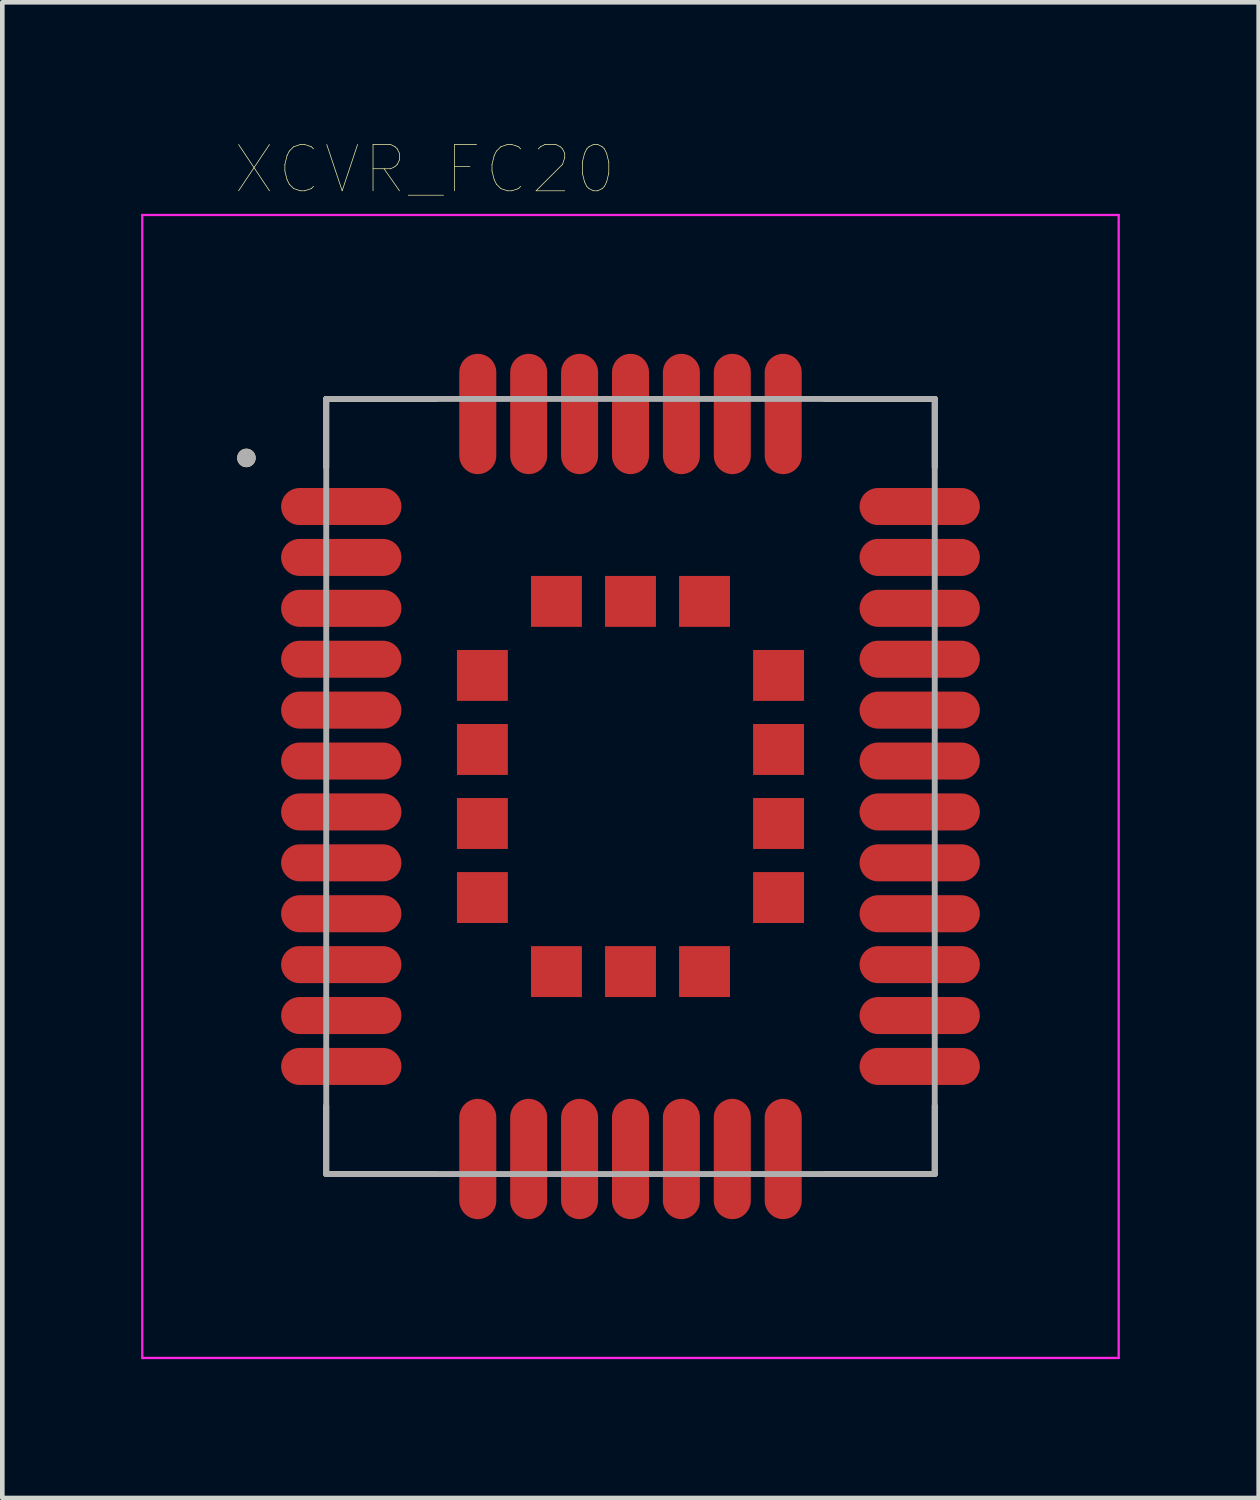
<source format=kicad_pcb>
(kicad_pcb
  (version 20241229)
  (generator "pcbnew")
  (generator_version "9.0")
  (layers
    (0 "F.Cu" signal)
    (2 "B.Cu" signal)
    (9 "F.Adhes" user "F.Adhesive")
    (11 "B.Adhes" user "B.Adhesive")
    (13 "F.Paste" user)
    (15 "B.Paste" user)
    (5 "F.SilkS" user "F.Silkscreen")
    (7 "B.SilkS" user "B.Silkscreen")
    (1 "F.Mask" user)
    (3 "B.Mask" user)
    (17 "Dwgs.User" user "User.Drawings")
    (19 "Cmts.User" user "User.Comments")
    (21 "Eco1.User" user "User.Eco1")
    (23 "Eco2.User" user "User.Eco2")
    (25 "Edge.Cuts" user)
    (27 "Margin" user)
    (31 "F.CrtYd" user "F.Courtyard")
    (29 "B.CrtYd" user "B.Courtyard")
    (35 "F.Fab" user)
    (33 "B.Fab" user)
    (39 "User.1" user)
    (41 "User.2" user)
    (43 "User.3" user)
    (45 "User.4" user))
  (footprint "XCVR_FC20"
    (layer "F.Cu")
    (at 10.575 13.946)
    (property "Reference" "XCVR_FC20" (at -4.445 -13.335 0) (layer "F.SilkS") (effects (font (size 1 1) (thickness 0.015))))
    (attr through_hole)
    (fp_line (start -6.575 -8.375) (end -4.2 -8.375) (stroke (width 0.127) (type solid)) (layer "F.SilkS"))
    (fp_line (start -6.575 -6.9) (end -6.575 -8.375) (stroke (width 0.127) (type solid)) (layer "F.SilkS"))
    (fp_line (start -6.575 6.9) (end -6.575 8.375) (stroke (width 0.127) (type solid)) (layer "F.SilkS"))
    (fp_line (start -6.575 8.375) (end -4.2 8.375) (stroke (width 0.127) (type solid)) (layer "F.SilkS"))
    (fp_line (start 6.575 -8.375) (end 4.2 -8.375) (stroke (width 0.127) (type solid)) (layer "F.SilkS"))
    (fp_line (start 6.575 -6.9) (end 6.575 -8.375) (stroke (width 0.127) (type solid)) (layer "F.SilkS"))
    (fp_line (start 6.575 6.9) (end 6.575 8.375) (stroke (width 0.127) (type solid)) (layer "F.SilkS"))
    (fp_line (start 6.575 8.375) (end 4.2 8.375) (stroke (width 0.127) (type solid)) (layer "F.SilkS"))
    (fp_circle (center -8.3 -7.1) (end -8.2 -7.1) (stroke (width 0.2) (type solid)) (fill no) (layer "F.SilkS"))
    (fp_poly (pts (xy -7.71 -6.39) (xy -5.49 -6.39) (xy -5.454 -6.388) (xy -5.419 -6.383) (xy -5.385 -6.373) (xy -5.352 -6.361) (xy -5.32 -6.344) (xy -5.29 -6.325) (xy -5.262 -6.303) (xy -5.237 -6.278) (xy -5.215 -6.25) (xy -5.196 -6.22) (xy -5.179 -6.188) (xy -5.167 -6.155) (xy -5.157 -6.121) (xy -5.152 -6.086) (xy -5.15 -6.05) (xy -5.152 -6.014) (xy -5.157 -5.979) (xy -5.167 -5.945) (xy -5.179 -5.912) (xy -5.196 -5.88) (xy -5.215 -5.85) (xy -5.237 -5.822) (xy -5.262 -5.797) (xy -5.29 -5.775) (xy -5.32 -5.756) (xy -5.352 -5.739) (xy -5.385 -5.727) (xy -5.419 -5.717) (xy -5.454 -5.712) (xy -5.49 -5.71) (xy -7.71 -5.71) (xy -7.746 -5.712) (xy -7.781 -5.717) (xy -7.815 -5.727) (xy -7.848 -5.739) (xy -7.88 -5.756) (xy -7.91 -5.775) (xy -7.938 -5.797) (xy -7.963 -5.822) (xy -7.985 -5.85) (xy -8.004 -5.88) (xy -8.021 -5.912) (xy -8.033 -5.945) (xy -8.043 -5.979) (xy -8.048 -6.014) (xy -8.05 -6.05) (xy -8.048 -6.086) (xy -8.043 -6.121) (xy -8.033 -6.155) (xy -8.021 -6.188) (xy -8.004 -6.22) (xy -7.985 -6.25) (xy -7.963 -6.278) (xy -7.938 -6.303) (xy -7.91 -6.325) (xy -7.88 -6.344) (xy -7.848 -6.361) (xy -7.815 -6.373) (xy -7.781 -6.383) (xy -7.746 -6.388) (xy -7.71 -6.39)) (stroke (width 0.0001) (type solid)) (fill yes) (layer "F.Paste"))
    (fp_poly (pts (xy -7.71 -5.29) (xy -5.49 -5.29) (xy -5.454 -5.288) (xy -5.419 -5.283) (xy -5.385 -5.273) (xy -5.352 -5.261) (xy -5.32 -5.244) (xy -5.29 -5.225) (xy -5.262 -5.203) (xy -5.237 -5.178) (xy -5.215 -5.15) (xy -5.196 -5.12) (xy -5.179 -5.088) (xy -5.167 -5.055) (xy -5.157 -5.021) (xy -5.152 -4.986) (xy -5.15 -4.95) (xy -5.152 -4.914) (xy -5.157 -4.879) (xy -5.167 -4.845) (xy -5.179 -4.812) (xy -5.196 -4.78) (xy -5.215 -4.75) (xy -5.237 -4.722) (xy -5.262 -4.697) (xy -5.29 -4.675) (xy -5.32 -4.656) (xy -5.352 -4.639) (xy -5.385 -4.627) (xy -5.419 -4.617) (xy -5.454 -4.612) (xy -5.49 -4.61) (xy -7.71 -4.61) (xy -7.746 -4.612) (xy -7.781 -4.617) (xy -7.815 -4.627) (xy -7.848 -4.639) (xy -7.88 -4.656) (xy -7.91 -4.675) (xy -7.938 -4.697) (xy -7.963 -4.722) (xy -7.985 -4.75) (xy -8.004 -4.78) (xy -8.021 -4.812) (xy -8.033 -4.845) (xy -8.043 -4.879) (xy -8.048 -4.914) (xy -8.05 -4.95) (xy -8.048 -4.986) (xy -8.043 -5.021) (xy -8.033 -5.055) (xy -8.021 -5.088) (xy -8.004 -5.12) (xy -7.985 -5.15) (xy -7.963 -5.178) (xy -7.938 -5.203) (xy -7.91 -5.225) (xy -7.88 -5.244) (xy -7.848 -5.261) (xy -7.815 -5.273) (xy -7.781 -5.283) (xy -7.746 -5.288) (xy -7.71 -5.29)) (stroke (width 0.0001) (type solid)) (fill yes) (layer "F.Paste"))
    (fp_poly (pts (xy -7.71 -4.19) (xy -5.49 -4.19) (xy -5.454 -4.188) (xy -5.419 -4.183) (xy -5.385 -4.173) (xy -5.352 -4.161) (xy -5.32 -4.144) (xy -5.29 -4.125) (xy -5.262 -4.103) (xy -5.237 -4.078) (xy -5.215 -4.05) (xy -5.196 -4.02) (xy -5.179 -3.988) (xy -5.167 -3.955) (xy -5.157 -3.921) (xy -5.152 -3.886) (xy -5.15 -3.85) (xy -5.152 -3.814) (xy -5.157 -3.779) (xy -5.167 -3.745) (xy -5.179 -3.712) (xy -5.196 -3.68) (xy -5.215 -3.65) (xy -5.237 -3.622) (xy -5.262 -3.597) (xy -5.29 -3.575) (xy -5.32 -3.556) (xy -5.352 -3.539) (xy -5.385 -3.527) (xy -5.419 -3.517) (xy -5.454 -3.512) (xy -5.49 -3.51) (xy -7.71 -3.51) (xy -7.746 -3.512) (xy -7.781 -3.517) (xy -7.815 -3.527) (xy -7.848 -3.539) (xy -7.88 -3.556) (xy -7.91 -3.575) (xy -7.938 -3.597) (xy -7.963 -3.622) (xy -7.985 -3.65) (xy -8.004 -3.68) (xy -8.021 -3.712) (xy -8.033 -3.745) (xy -8.043 -3.779) (xy -8.048 -3.814) (xy -8.05 -3.85) (xy -8.048 -3.886) (xy -8.043 -3.921) (xy -8.033 -3.955) (xy -8.021 -3.988) (xy -8.004 -4.02) (xy -7.985 -4.05) (xy -7.963 -4.078) (xy -7.938 -4.103) (xy -7.91 -4.125) (xy -7.88 -4.144) (xy -7.848 -4.161) (xy -7.815 -4.173) (xy -7.781 -4.183) (xy -7.746 -4.188) (xy -7.71 -4.19)) (stroke (width 0.0001) (type solid)) (fill yes) (layer "F.Paste"))
    (fp_poly (pts (xy -7.71 -3.09) (xy -5.49 -3.09) (xy -5.454 -3.088) (xy -5.419 -3.083) (xy -5.385 -3.073) (xy -5.352 -3.061) (xy -5.32 -3.044) (xy -5.29 -3.025) (xy -5.262 -3.003) (xy -5.237 -2.978) (xy -5.215 -2.95) (xy -5.196 -2.92) (xy -5.179 -2.888) (xy -5.167 -2.855) (xy -5.157 -2.821) (xy -5.152 -2.786) (xy -5.15 -2.75) (xy -5.152 -2.714) (xy -5.157 -2.679) (xy -5.167 -2.645) (xy -5.179 -2.612) (xy -5.196 -2.58) (xy -5.215 -2.55) (xy -5.237 -2.522) (xy -5.262 -2.497) (xy -5.29 -2.475) (xy -5.32 -2.456) (xy -5.352 -2.439) (xy -5.385 -2.427) (xy -5.419 -2.417) (xy -5.454 -2.412) (xy -5.49 -2.41) (xy -7.71 -2.41) (xy -7.746 -2.412) (xy -7.781 -2.417) (xy -7.815 -2.427) (xy -7.848 -2.439) (xy -7.88 -2.456) (xy -7.91 -2.475) (xy -7.938 -2.497) (xy -7.963 -2.522) (xy -7.985 -2.55) (xy -8.004 -2.58) (xy -8.021 -2.612) (xy -8.033 -2.645) (xy -8.043 -2.679) (xy -8.048 -2.714) (xy -8.05 -2.75) (xy -8.048 -2.786) (xy -8.043 -2.821) (xy -8.033 -2.855) (xy -8.021 -2.888) (xy -8.004 -2.92) (xy -7.985 -2.95) (xy -7.963 -2.978) (xy -7.938 -3.003) (xy -7.91 -3.025) (xy -7.88 -3.044) (xy -7.848 -3.061) (xy -7.815 -3.073) (xy -7.781 -3.083) (xy -7.746 -3.088) (xy -7.71 -3.09)) (stroke (width 0.0001) (type solid)) (fill yes) (layer "F.Paste"))
    (fp_poly (pts (xy -7.71 -1.99) (xy -5.49 -1.99) (xy -5.454 -1.988) (xy -5.419 -1.983) (xy -5.385 -1.973) (xy -5.352 -1.961) (xy -5.32 -1.944) (xy -5.29 -1.925) (xy -5.262 -1.903) (xy -5.237 -1.878) (xy -5.215 -1.85) (xy -5.196 -1.82) (xy -5.179 -1.788) (xy -5.167 -1.755) (xy -5.157 -1.721) (xy -5.152 -1.686) (xy -5.15 -1.65) (xy -5.152 -1.614) (xy -5.157 -1.579) (xy -5.167 -1.545) (xy -5.179 -1.512) (xy -5.196 -1.48) (xy -5.215 -1.45) (xy -5.237 -1.422) (xy -5.262 -1.397) (xy -5.29 -1.375) (xy -5.32 -1.356) (xy -5.352 -1.339) (xy -5.385 -1.327) (xy -5.419 -1.317) (xy -5.454 -1.312) (xy -5.49 -1.31) (xy -7.71 -1.31) (xy -7.746 -1.312) (xy -7.781 -1.317) (xy -7.815 -1.327) (xy -7.848 -1.339) (xy -7.88 -1.356) (xy -7.91 -1.375) (xy -7.938 -1.397) (xy -7.963 -1.422) (xy -7.985 -1.45) (xy -8.004 -1.48) (xy -8.021 -1.512) (xy -8.033 -1.545) (xy -8.043 -1.579) (xy -8.048 -1.614) (xy -8.05 -1.65) (xy -8.048 -1.686) (xy -8.043 -1.721) (xy -8.033 -1.755) (xy -8.021 -1.788) (xy -8.004 -1.82) (xy -7.985 -1.85) (xy -7.963 -1.878) (xy -7.938 -1.903) (xy -7.91 -1.925) (xy -7.88 -1.944) (xy -7.848 -1.961) (xy -7.815 -1.973) (xy -7.781 -1.983) (xy -7.746 -1.988) (xy -7.71 -1.99)) (stroke (width 0.0001) (type solid)) (fill yes) (layer "F.Paste"))
    (fp_poly (pts (xy -7.71 -0.89) (xy -5.49 -0.89) (xy -5.454 -0.888) (xy -5.419 -0.883) (xy -5.385 -0.873) (xy -5.352 -0.861) (xy -5.32 -0.844) (xy -5.29 -0.825) (xy -5.262 -0.803) (xy -5.237 -0.778) (xy -5.215 -0.75) (xy -5.196 -0.72) (xy -5.179 -0.688) (xy -5.167 -0.655) (xy -5.157 -0.621) (xy -5.152 -0.586) (xy -5.15 -0.55) (xy -5.152 -0.514) (xy -5.157 -0.479) (xy -5.167 -0.445) (xy -5.179 -0.412) (xy -5.196 -0.38) (xy -5.215 -0.35) (xy -5.237 -0.322) (xy -5.262 -0.297) (xy -5.29 -0.275) (xy -5.32 -0.256) (xy -5.352 -0.239) (xy -5.385 -0.227) (xy -5.419 -0.217) (xy -5.454 -0.212) (xy -5.49 -0.21) (xy -7.71 -0.21) (xy -7.746 -0.212) (xy -7.781 -0.217) (xy -7.815 -0.227) (xy -7.848 -0.239) (xy -7.88 -0.256) (xy -7.91 -0.275) (xy -7.938 -0.297) (xy -7.963 -0.322) (xy -7.985 -0.35) (xy -8.004 -0.38) (xy -8.021 -0.412) (xy -8.033 -0.445) (xy -8.043 -0.479) (xy -8.048 -0.514) (xy -8.05 -0.55) (xy -8.048 -0.586) (xy -8.043 -0.621) (xy -8.033 -0.655) (xy -8.021 -0.688) (xy -8.004 -0.72) (xy -7.985 -0.75) (xy -7.963 -0.778) (xy -7.938 -0.803) (xy -7.91 -0.825) (xy -7.88 -0.844) (xy -7.848 -0.861) (xy -7.815 -0.873) (xy -7.781 -0.883) (xy -7.746 -0.888) (xy -7.71 -0.89)) (stroke (width 0.0001) (type solid)) (fill yes) (layer "F.Paste"))
    (fp_poly (pts (xy -7.71 0.21) (xy -5.49 0.21) (xy -5.454 0.212) (xy -5.419 0.217) (xy -5.385 0.227) (xy -5.352 0.239) (xy -5.32 0.256) (xy -5.29 0.275) (xy -5.262 0.297) (xy -5.237 0.322) (xy -5.215 0.35) (xy -5.196 0.38) (xy -5.179 0.412) (xy -5.167 0.445) (xy -5.157 0.479) (xy -5.152 0.514) (xy -5.15 0.55) (xy -5.152 0.586) (xy -5.157 0.621) (xy -5.167 0.655) (xy -5.179 0.688) (xy -5.196 0.72) (xy -5.215 0.75) (xy -5.237 0.778) (xy -5.262 0.803) (xy -5.29 0.825) (xy -5.32 0.844) (xy -5.352 0.861) (xy -5.385 0.873) (xy -5.419 0.883) (xy -5.454 0.888) (xy -5.49 0.89) (xy -7.71 0.89) (xy -7.746 0.888) (xy -7.781 0.883) (xy -7.815 0.873) (xy -7.848 0.861) (xy -7.88 0.844) (xy -7.91 0.825) (xy -7.938 0.803) (xy -7.963 0.778) (xy -7.985 0.75) (xy -8.004 0.72) (xy -8.021 0.688) (xy -8.033 0.655) (xy -8.043 0.621) (xy -8.048 0.586) (xy -8.05 0.55) (xy -8.048 0.514) (xy -8.043 0.479) (xy -8.033 0.445) (xy -8.021 0.412) (xy -8.004 0.38) (xy -7.985 0.35) (xy -7.963 0.322) (xy -7.938 0.297) (xy -7.91 0.275) (xy -7.88 0.256) (xy -7.848 0.239) (xy -7.815 0.227) (xy -7.781 0.217) (xy -7.746 0.212) (xy -7.71 0.21)) (stroke (width 0.0001) (type solid)) (fill yes) (layer "F.Paste"))
    (fp_poly (pts (xy -7.71 1.31) (xy -5.49 1.31) (xy -5.454 1.312) (xy -5.419 1.317) (xy -5.385 1.327) (xy -5.352 1.339) (xy -5.32 1.356) (xy -5.29 1.375) (xy -5.262 1.397) (xy -5.237 1.422) (xy -5.215 1.45) (xy -5.196 1.48) (xy -5.179 1.512) (xy -5.167 1.545) (xy -5.157 1.579) (xy -5.152 1.614) (xy -5.15 1.65) (xy -5.152 1.686) (xy -5.157 1.721) (xy -5.167 1.755) (xy -5.179 1.788) (xy -5.196 1.82) (xy -5.215 1.85) (xy -5.237 1.878) (xy -5.262 1.903) (xy -5.29 1.925) (xy -5.32 1.944) (xy -5.352 1.961) (xy -5.385 1.973) (xy -5.419 1.983) (xy -5.454 1.988) (xy -5.49 1.99) (xy -7.71 1.99) (xy -7.746 1.988) (xy -7.781 1.983) (xy -7.815 1.973) (xy -7.848 1.961) (xy -7.88 1.944) (xy -7.91 1.925) (xy -7.938 1.903) (xy -7.963 1.878) (xy -7.985 1.85) (xy -8.004 1.82) (xy -8.021 1.788) (xy -8.033 1.755) (xy -8.043 1.721) (xy -8.048 1.686) (xy -8.05 1.65) (xy -8.048 1.614) (xy -8.043 1.579) (xy -8.033 1.545) (xy -8.021 1.512) (xy -8.004 1.48) (xy -7.985 1.45) (xy -7.963 1.422) (xy -7.938 1.397) (xy -7.91 1.375) (xy -7.88 1.356) (xy -7.848 1.339) (xy -7.815 1.327) (xy -7.781 1.317) (xy -7.746 1.312) (xy -7.71 1.31)) (stroke (width 0.0001) (type solid)) (fill yes) (layer "F.Paste"))
    (fp_poly (pts (xy -7.71 2.41) (xy -5.49 2.41) (xy -5.454 2.412) (xy -5.419 2.417) (xy -5.385 2.427) (xy -5.352 2.439) (xy -5.32 2.456) (xy -5.29 2.475) (xy -5.262 2.497) (xy -5.237 2.522) (xy -5.215 2.55) (xy -5.196 2.58) (xy -5.179 2.612) (xy -5.167 2.645) (xy -5.157 2.679) (xy -5.152 2.714) (xy -5.15 2.75) (xy -5.152 2.786) (xy -5.157 2.821) (xy -5.167 2.855) (xy -5.179 2.888) (xy -5.196 2.92) (xy -5.215 2.95) (xy -5.237 2.978) (xy -5.262 3.003) (xy -5.29 3.025) (xy -5.32 3.044) (xy -5.352 3.061) (xy -5.385 3.073) (xy -5.419 3.083) (xy -5.454 3.088) (xy -5.49 3.09) (xy -7.71 3.09) (xy -7.746 3.088) (xy -7.781 3.083) (xy -7.815 3.073) (xy -7.848 3.061) (xy -7.88 3.044) (xy -7.91 3.025) (xy -7.938 3.003) (xy -7.963 2.978) (xy -7.985 2.95) (xy -8.004 2.92) (xy -8.021 2.888) (xy -8.033 2.855) (xy -8.043 2.821) (xy -8.048 2.786) (xy -8.05 2.75) (xy -8.048 2.714) (xy -8.043 2.679) (xy -8.033 2.645) (xy -8.021 2.612) (xy -8.004 2.58) (xy -7.985 2.55) (xy -7.963 2.522) (xy -7.938 2.497) (xy -7.91 2.475) (xy -7.88 2.456) (xy -7.848 2.439) (xy -7.815 2.427) (xy -7.781 2.417) (xy -7.746 2.412) (xy -7.71 2.41)) (stroke (width 0.0001) (type solid)) (fill yes) (layer "F.Paste"))
    (fp_poly (pts (xy -7.71 3.51) (xy -5.49 3.51) (xy -5.454 3.512) (xy -5.419 3.517) (xy -5.385 3.527) (xy -5.352 3.539) (xy -5.32 3.556) (xy -5.29 3.575) (xy -5.262 3.597) (xy -5.237 3.622) (xy -5.215 3.65) (xy -5.196 3.68) (xy -5.179 3.712) (xy -5.167 3.745) (xy -5.157 3.779) (xy -5.152 3.814) (xy -5.15 3.85) (xy -5.152 3.886) (xy -5.157 3.921) (xy -5.167 3.955) (xy -5.179 3.988) (xy -5.196 4.02) (xy -5.215 4.05) (xy -5.237 4.078) (xy -5.262 4.103) (xy -5.29 4.125) (xy -5.32 4.144) (xy -5.352 4.161) (xy -5.385 4.173) (xy -5.419 4.183) (xy -5.454 4.188) (xy -5.49 4.19) (xy -7.71 4.19) (xy -7.746 4.188) (xy -7.781 4.183) (xy -7.815 4.173) (xy -7.848 4.161) (xy -7.88 4.144) (xy -7.91 4.125) (xy -7.938 4.103) (xy -7.963 4.078) (xy -7.985 4.05) (xy -8.004 4.02) (xy -8.021 3.988) (xy -8.033 3.955) (xy -8.043 3.921) (xy -8.048 3.886) (xy -8.05 3.85) (xy -8.048 3.814) (xy -8.043 3.779) (xy -8.033 3.745) (xy -8.021 3.712) (xy -8.004 3.68) (xy -7.985 3.65) (xy -7.963 3.622) (xy -7.938 3.597) (xy -7.91 3.575) (xy -7.88 3.556) (xy -7.848 3.539) (xy -7.815 3.527) (xy -7.781 3.517) (xy -7.746 3.512) (xy -7.71 3.51)) (stroke (width 0.0001) (type solid)) (fill yes) (layer "F.Paste"))
    (fp_poly (pts (xy -7.71 4.61) (xy -5.49 4.61) (xy -5.454 4.612) (xy -5.419 4.617) (xy -5.385 4.627) (xy -5.352 4.639) (xy -5.32 4.656) (xy -5.29 4.675) (xy -5.262 4.697) (xy -5.237 4.722) (xy -5.215 4.75) (xy -5.196 4.78) (xy -5.179 4.812) (xy -5.167 4.845) (xy -5.157 4.879) (xy -5.152 4.914) (xy -5.15 4.95) (xy -5.152 4.986) (xy -5.157 5.021) (xy -5.167 5.055) (xy -5.179 5.088) (xy -5.196 5.12) (xy -5.215 5.15) (xy -5.237 5.178) (xy -5.262 5.203) (xy -5.29 5.225) (xy -5.32 5.244) (xy -5.352 5.261) (xy -5.385 5.273) (xy -5.419 5.283) (xy -5.454 5.288) (xy -5.49 5.29) (xy -7.71 5.29) (xy -7.746 5.288) (xy -7.781 5.283) (xy -7.815 5.273) (xy -7.848 5.261) (xy -7.88 5.244) (xy -7.91 5.225) (xy -7.938 5.203) (xy -7.963 5.178) (xy -7.985 5.15) (xy -8.004 5.12) (xy -8.021 5.088) (xy -8.033 5.055) (xy -8.043 5.021) (xy -8.048 4.986) (xy -8.05 4.95) (xy -8.048 4.914) (xy -8.043 4.879) (xy -8.033 4.845) (xy -8.021 4.812) (xy -8.004 4.78) (xy -7.985 4.75) (xy -7.963 4.722) (xy -7.938 4.697) (xy -7.91 4.675) (xy -7.88 4.656) (xy -7.848 4.639) (xy -7.815 4.627) (xy -7.781 4.617) (xy -7.746 4.612) (xy -7.71 4.61)) (stroke (width 0.0001) (type solid)) (fill yes) (layer "F.Paste"))
    (fp_poly (pts (xy -7.71 5.71) (xy -5.49 5.71) (xy -5.454 5.712) (xy -5.419 5.717) (xy -5.385 5.727) (xy -5.352 5.739) (xy -5.32 5.756) (xy -5.29 5.775) (xy -5.262 5.797) (xy -5.237 5.822) (xy -5.215 5.85) (xy -5.196 5.88) (xy -5.179 5.912) (xy -5.167 5.945) (xy -5.157 5.979) (xy -5.152 6.014) (xy -5.15 6.05) (xy -5.152 6.086) (xy -5.157 6.121) (xy -5.167 6.155) (xy -5.179 6.188) (xy -5.196 6.22) (xy -5.215 6.25) (xy -5.237 6.278) (xy -5.262 6.303) (xy -5.29 6.325) (xy -5.32 6.344) (xy -5.352 6.361) (xy -5.385 6.373) (xy -5.419 6.383) (xy -5.454 6.388) (xy -5.49 6.39) (xy -7.71 6.39) (xy -7.746 6.388) (xy -7.781 6.383) (xy -7.815 6.373) (xy -7.848 6.361) (xy -7.88 6.344) (xy -7.91 6.325) (xy -7.938 6.303) (xy -7.963 6.278) (xy -7.985 6.25) (xy -8.004 6.22) (xy -8.021 6.188) (xy -8.033 6.155) (xy -8.043 6.121) (xy -8.048 6.086) (xy -8.05 6.05) (xy -8.048 6.014) (xy -8.043 5.979) (xy -8.033 5.945) (xy -8.021 5.912) (xy -8.004 5.88) (xy -7.985 5.85) (xy -7.963 5.822) (xy -7.938 5.797) (xy -7.91 5.775) (xy -7.88 5.756) (xy -7.848 5.739) (xy -7.815 5.727) (xy -7.781 5.717) (xy -7.746 5.712) (xy -7.71 5.71)) (stroke (width 0.0001) (type solid)) (fill yes) (layer "F.Paste"))
    (fp_poly (pts (xy -3.64 -7.29) (xy -3.64 -9.51) (xy -3.638 -9.546) (xy -3.633 -9.581) (xy -3.623 -9.615) (xy -3.611 -9.648) (xy -3.594 -9.68) (xy -3.575 -9.71) (xy -3.553 -9.738) (xy -3.528 -9.763) (xy -3.5 -9.785) (xy -3.47 -9.804) (xy -3.438 -9.821) (xy -3.405 -9.833) (xy -3.371 -9.843) (xy -3.336 -9.848) (xy -3.3 -9.85) (xy -3.264 -9.848) (xy -3.229 -9.843) (xy -3.195 -9.833) (xy -3.162 -9.821) (xy -3.13 -9.804) (xy -3.1 -9.785) (xy -3.072 -9.763) (xy -3.047 -9.738) (xy -3.025 -9.71) (xy -3.006 -9.68) (xy -2.989 -9.648) (xy -2.977 -9.615) (xy -2.967 -9.581) (xy -2.962 -9.546) (xy -2.96 -9.51) (xy -2.96 -7.29) (xy -2.962 -7.326) (xy -2.967 -7.361) (xy -2.977 -7.395) (xy -2.989 -7.428) (xy -3.006 -7.46) (xy -3.025 -7.49) (xy -3.047 -7.518) (xy -3.072 -7.543) (xy -3.1 -7.565) (xy -3.13 -7.584) (xy -3.162 -7.601) (xy -3.195 -7.613) (xy -3.229 -7.623) (xy -3.264 -7.628) (xy -3.3 -7.63) (xy -3.336 -7.628) (xy -3.371 -7.623) (xy -3.405 -7.613) (xy -3.438 -7.601) (xy -3.47 -7.584) (xy -3.5 -7.565) (xy -3.528 -7.543) (xy -3.553 -7.518) (xy -3.575 -7.49) (xy -3.594 -7.46) (xy -3.611 -7.428) (xy -3.623 -7.395) (xy -3.633 -7.361) (xy -3.638 -7.326) (xy -3.64 -7.29)) (stroke (width 0.0001) (type solid)) (fill yes) (layer "F.Paste"))
    (fp_poly (pts (xy -3.64 9.51) (xy -3.64 7.29) (xy -3.638 7.254) (xy -3.633 7.219) (xy -3.623 7.185) (xy -3.611 7.152) (xy -3.594 7.12) (xy -3.575 7.09) (xy -3.553 7.062) (xy -3.528 7.037) (xy -3.5 7.015) (xy -3.47 6.996) (xy -3.438 6.979) (xy -3.405 6.967) (xy -3.371 6.957) (xy -3.336 6.952) (xy -3.3 6.95) (xy -3.264 6.952) (xy -3.229 6.957) (xy -3.195 6.967) (xy -3.162 6.979) (xy -3.13 6.996) (xy -3.1 7.015) (xy -3.072 7.037) (xy -3.047 7.062) (xy -3.025 7.09) (xy -3.006 7.12) (xy -2.989 7.152) (xy -2.977 7.185) (xy -2.967 7.219) (xy -2.962 7.254) (xy -2.96 7.29) (xy -2.96 9.51) (xy -2.962 9.474) (xy -2.967 9.439) (xy -2.977 9.405) (xy -2.989 9.372) (xy -3.006 9.34) (xy -3.025 9.31) (xy -3.047 9.282) (xy -3.072 9.257) (xy -3.1 9.235) (xy -3.13 9.216) (xy -3.162 9.199) (xy -3.195 9.187) (xy -3.229 9.177) (xy -3.264 9.172) (xy -3.3 9.17) (xy -3.336 9.172) (xy -3.371 9.177) (xy -3.405 9.187) (xy -3.438 9.199) (xy -3.47 9.216) (xy -3.5 9.235) (xy -3.528 9.257) (xy -3.553 9.282) (xy -3.575 9.31) (xy -3.594 9.34) (xy -3.611 9.372) (xy -3.623 9.405) (xy -3.633 9.439) (xy -3.638 9.474) (xy -3.64 9.51)) (stroke (width 0.0001) (type solid)) (fill yes) (layer "F.Paste"))
    (fp_poly (pts (xy -2.54 -7.29) (xy -2.54 -9.51) (xy -2.538 -9.546) (xy -2.533 -9.581) (xy -2.523 -9.615) (xy -2.511 -9.648) (xy -2.494 -9.68) (xy -2.475 -9.71) (xy -2.453 -9.738) (xy -2.428 -9.763) (xy -2.4 -9.785) (xy -2.37 -9.804) (xy -2.338 -9.821) (xy -2.305 -9.833) (xy -2.271 -9.843) (xy -2.236 -9.848) (xy -2.2 -9.85) (xy -2.164 -9.848) (xy -2.129 -9.843) (xy -2.095 -9.833) (xy -2.062 -9.821) (xy -2.03 -9.804) (xy -2 -9.785) (xy -1.972 -9.763) (xy -1.947 -9.738) (xy -1.925 -9.71) (xy -1.906 -9.68) (xy -1.889 -9.648) (xy -1.877 -9.615) (xy -1.867 -9.581) (xy -1.862 -9.546) (xy -1.86 -9.51) (xy -1.86 -7.29) (xy -1.862 -7.326) (xy -1.867 -7.361) (xy -1.877 -7.395) (xy -1.889 -7.428) (xy -1.906 -7.46) (xy -1.925 -7.49) (xy -1.947 -7.518) (xy -1.972 -7.543) (xy -2 -7.565) (xy -2.03 -7.584) (xy -2.062 -7.601) (xy -2.095 -7.613) (xy -2.129 -7.623) (xy -2.164 -7.628) (xy -2.2 -7.63) (xy -2.236 -7.628) (xy -2.271 -7.623) (xy -2.305 -7.613) (xy -2.338 -7.601) (xy -2.37 -7.584) (xy -2.4 -7.565) (xy -2.428 -7.543) (xy -2.453 -7.518) (xy -2.475 -7.49) (xy -2.494 -7.46) (xy -2.511 -7.428) (xy -2.523 -7.395) (xy -2.533 -7.361) (xy -2.538 -7.326) (xy -2.54 -7.29)) (stroke (width 0.0001) (type solid)) (fill yes) (layer "F.Paste"))
    (fp_poly (pts (xy -2.54 9.51) (xy -2.54 7.29) (xy -2.538 7.254) (xy -2.533 7.219) (xy -2.523 7.185) (xy -2.511 7.152) (xy -2.494 7.12) (xy -2.475 7.09) (xy -2.453 7.062) (xy -2.428 7.037) (xy -2.4 7.015) (xy -2.37 6.996) (xy -2.338 6.979) (xy -2.305 6.967) (xy -2.271 6.957) (xy -2.236 6.952) (xy -2.2 6.95) (xy -2.164 6.952) (xy -2.129 6.957) (xy -2.095 6.967) (xy -2.062 6.979) (xy -2.03 6.996) (xy -2 7.015) (xy -1.972 7.037) (xy -1.947 7.062) (xy -1.925 7.09) (xy -1.906 7.12) (xy -1.889 7.152) (xy -1.877 7.185) (xy -1.867 7.219) (xy -1.862 7.254) (xy -1.86 7.29) (xy -1.86 9.51) (xy -1.862 9.474) (xy -1.867 9.439) (xy -1.877 9.405) (xy -1.889 9.372) (xy -1.906 9.34) (xy -1.925 9.31) (xy -1.947 9.282) (xy -1.972 9.257) (xy -2 9.235) (xy -2.03 9.216) (xy -2.062 9.199) (xy -2.095 9.187) (xy -2.129 9.177) (xy -2.164 9.172) (xy -2.2 9.17) (xy -2.236 9.172) (xy -2.271 9.177) (xy -2.305 9.187) (xy -2.338 9.199) (xy -2.37 9.216) (xy -2.4 9.235) (xy -2.428 9.257) (xy -2.453 9.282) (xy -2.475 9.31) (xy -2.494 9.34) (xy -2.511 9.372) (xy -2.523 9.405) (xy -2.533 9.439) (xy -2.538 9.474) (xy -2.54 9.51)) (stroke (width 0.0001) (type solid)) (fill yes) (layer "F.Paste"))
    (fp_poly (pts (xy -1.44 -7.29) (xy -1.44 -9.51) (xy -1.438 -9.546) (xy -1.433 -9.581) (xy -1.423 -9.615) (xy -1.411 -9.648) (xy -1.394 -9.68) (xy -1.375 -9.71) (xy -1.353 -9.738) (xy -1.328 -9.763) (xy -1.3 -9.785) (xy -1.27 -9.804) (xy -1.238 -9.821) (xy -1.205 -9.833) (xy -1.171 -9.843) (xy -1.136 -9.848) (xy -1.1 -9.85) (xy -1.064 -9.848) (xy -1.029 -9.843) (xy -0.995 -9.833) (xy -0.962 -9.821) (xy -0.93 -9.804) (xy -0.9 -9.785) (xy -0.872 -9.763) (xy -0.847 -9.738) (xy -0.825 -9.71) (xy -0.806 -9.68) (xy -0.789 -9.648) (xy -0.777 -9.615) (xy -0.767 -9.581) (xy -0.762 -9.546) (xy -0.76 -9.51) (xy -0.76 -7.29) (xy -0.762 -7.326) (xy -0.767 -7.361) (xy -0.777 -7.395) (xy -0.789 -7.428) (xy -0.806 -7.46) (xy -0.825 -7.49) (xy -0.847 -7.518) (xy -0.872 -7.543) (xy -0.9 -7.565) (xy -0.93 -7.584) (xy -0.962 -7.601) (xy -0.995 -7.613) (xy -1.029 -7.623) (xy -1.064 -7.628) (xy -1.1 -7.63) (xy -1.136 -7.628) (xy -1.171 -7.623) (xy -1.205 -7.613) (xy -1.238 -7.601) (xy -1.27 -7.584) (xy -1.3 -7.565) (xy -1.328 -7.543) (xy -1.353 -7.518) (xy -1.375 -7.49) (xy -1.394 -7.46) (xy -1.411 -7.428) (xy -1.423 -7.395) (xy -1.433 -7.361) (xy -1.438 -7.326) (xy -1.44 -7.29)) (stroke (width 0.0001) (type solid)) (fill yes) (layer "F.Paste"))
    (fp_poly (pts (xy -1.44 9.51) (xy -1.44 7.29) (xy -1.438 7.254) (xy -1.433 7.219) (xy -1.423 7.185) (xy -1.411 7.152) (xy -1.394 7.12) (xy -1.375 7.09) (xy -1.353 7.062) (xy -1.328 7.037) (xy -1.3 7.015) (xy -1.27 6.996) (xy -1.238 6.979) (xy -1.205 6.967) (xy -1.171 6.957) (xy -1.136 6.952) (xy -1.1 6.95) (xy -1.064 6.952) (xy -1.029 6.957) (xy -0.995 6.967) (xy -0.962 6.979) (xy -0.93 6.996) (xy -0.9 7.015) (xy -0.872 7.037) (xy -0.847 7.062) (xy -0.825 7.09) (xy -0.806 7.12) (xy -0.789 7.152) (xy -0.777 7.185) (xy -0.767 7.219) (xy -0.762 7.254) (xy -0.76 7.29) (xy -0.76 9.51) (xy -0.762 9.474) (xy -0.767 9.439) (xy -0.777 9.405) (xy -0.789 9.372) (xy -0.806 9.34) (xy -0.825 9.31) (xy -0.847 9.282) (xy -0.872 9.257) (xy -0.9 9.235) (xy -0.93 9.216) (xy -0.962 9.199) (xy -0.995 9.187) (xy -1.029 9.177) (xy -1.064 9.172) (xy -1.1 9.17) (xy -1.136 9.172) (xy -1.171 9.177) (xy -1.205 9.187) (xy -1.238 9.199) (xy -1.27 9.216) (xy -1.3 9.235) (xy -1.328 9.257) (xy -1.353 9.282) (xy -1.375 9.31) (xy -1.394 9.34) (xy -1.411 9.372) (xy -1.423 9.405) (xy -1.433 9.439) (xy -1.438 9.474) (xy -1.44 9.51)) (stroke (width 0.0001) (type solid)) (fill yes) (layer "F.Paste"))
    (fp_poly (pts (xy -0.34 -7.29) (xy -0.34 -9.51) (xy -0.338 -9.546) (xy -0.333 -9.581) (xy -0.323 -9.615) (xy -0.311 -9.648) (xy -0.294 -9.68) (xy -0.275 -9.71) (xy -0.253 -9.738) (xy -0.228 -9.763) (xy -0.2 -9.785) (xy -0.17 -9.804) (xy -0.138 -9.821) (xy -0.105 -9.833) (xy -0.071 -9.843) (xy -0.036 -9.848) (xy 0 -9.85) (xy 0.036 -9.848) (xy 0.071 -9.843) (xy 0.105 -9.833) (xy 0.138 -9.821) (xy 0.17 -9.804) (xy 0.2 -9.785) (xy 0.228 -9.763) (xy 0.253 -9.738) (xy 0.275 -9.71) (xy 0.294 -9.68) (xy 0.311 -9.648) (xy 0.323 -9.615) (xy 0.333 -9.581) (xy 0.338 -9.546) (xy 0.34 -9.51) (xy 0.34 -7.29) (xy 0.338 -7.326) (xy 0.333 -7.361) (xy 0.323 -7.395) (xy 0.311 -7.428) (xy 0.294 -7.46) (xy 0.275 -7.49) (xy 0.253 -7.518) (xy 0.228 -7.543) (xy 0.2 -7.565) (xy 0.17 -7.584) (xy 0.138 -7.601) (xy 0.105 -7.613) (xy 0.071 -7.623) (xy 0.036 -7.628) (xy 0 -7.63) (xy -0.036 -7.628) (xy -0.071 -7.623) (xy -0.105 -7.613) (xy -0.138 -7.601) (xy -0.17 -7.584) (xy -0.2 -7.565) (xy -0.228 -7.543) (xy -0.253 -7.518) (xy -0.275 -7.49) (xy -0.294 -7.46) (xy -0.311 -7.428) (xy -0.323 -7.395) (xy -0.333 -7.361) (xy -0.338 -7.326) (xy -0.34 -7.29)) (stroke (width 0.0001) (type solid)) (fill yes) (layer "F.Paste"))
    (fp_poly (pts (xy -0.34 9.51) (xy -0.34 7.29) (xy -0.338 7.254) (xy -0.333 7.219) (xy -0.323 7.185) (xy -0.311 7.152) (xy -0.294 7.12) (xy -0.275 7.09) (xy -0.253 7.062) (xy -0.228 7.037) (xy -0.2 7.015) (xy -0.17 6.996) (xy -0.138 6.979) (xy -0.105 6.967) (xy -0.071 6.957) (xy -0.036 6.952) (xy 0 6.95) (xy 0.036 6.952) (xy 0.071 6.957) (xy 0.105 6.967) (xy 0.138 6.979) (xy 0.17 6.996) (xy 0.2 7.015) (xy 0.228 7.037) (xy 0.253 7.062) (xy 0.275 7.09) (xy 0.294 7.12) (xy 0.311 7.152) (xy 0.323 7.185) (xy 0.333 7.219) (xy 0.338 7.254) (xy 0.34 7.29) (xy 0.34 9.51) (xy 0.338 9.474) (xy 0.333 9.439) (xy 0.323 9.405) (xy 0.311 9.372) (xy 0.294 9.34) (xy 0.275 9.31) (xy 0.253 9.282) (xy 0.228 9.257) (xy 0.2 9.235) (xy 0.17 9.216) (xy 0.138 9.199) (xy 0.105 9.187) (xy 0.071 9.177) (xy 0.036 9.172) (xy 0 9.17) (xy -0.036 9.172) (xy -0.071 9.177) (xy -0.105 9.187) (xy -0.138 9.199) (xy -0.17 9.216) (xy -0.2 9.235) (xy -0.228 9.257) (xy -0.253 9.282) (xy -0.275 9.31) (xy -0.294 9.34) (xy -0.311 9.372) (xy -0.323 9.405) (xy -0.333 9.439) (xy -0.338 9.474) (xy -0.34 9.51)) (stroke (width 0.0001) (type solid)) (fill yes) (layer "F.Paste"))
    (fp_poly (pts (xy 0.76 -7.29) (xy 0.76 -9.51) (xy 0.762 -9.546) (xy 0.767 -9.581) (xy 0.777 -9.615) (xy 0.789 -9.648) (xy 0.806 -9.68) (xy 0.825 -9.71) (xy 0.847 -9.738) (xy 0.872 -9.763) (xy 0.9 -9.785) (xy 0.93 -9.804) (xy 0.962 -9.821) (xy 0.995 -9.833) (xy 1.029 -9.843) (xy 1.064 -9.848) (xy 1.1 -9.85) (xy 1.136 -9.848) (xy 1.171 -9.843) (xy 1.205 -9.833) (xy 1.238 -9.821) (xy 1.27 -9.804) (xy 1.3 -9.785) (xy 1.328 -9.763) (xy 1.353 -9.738) (xy 1.375 -9.71) (xy 1.394 -9.68) (xy 1.411 -9.648) (xy 1.423 -9.615) (xy 1.433 -9.581) (xy 1.438 -9.546) (xy 1.44 -9.51) (xy 1.44 -7.29) (xy 1.438 -7.326) (xy 1.433 -7.361) (xy 1.423 -7.395) (xy 1.411 -7.428) (xy 1.394 -7.46) (xy 1.375 -7.49) (xy 1.353 -7.518) (xy 1.328 -7.543) (xy 1.3 -7.565) (xy 1.27 -7.584) (xy 1.238 -7.601) (xy 1.205 -7.613) (xy 1.171 -7.623) (xy 1.136 -7.628) (xy 1.1 -7.63) (xy 1.064 -7.628) (xy 1.029 -7.623) (xy 0.995 -7.613) (xy 0.962 -7.601) (xy 0.93 -7.584) (xy 0.9 -7.565) (xy 0.872 -7.543) (xy 0.847 -7.518) (xy 0.825 -7.49) (xy 0.806 -7.46) (xy 0.789 -7.428) (xy 0.777 -7.395) (xy 0.767 -7.361) (xy 0.762 -7.326) (xy 0.76 -7.29)) (stroke (width 0.0001) (type solid)) (fill yes) (layer "F.Paste"))
    (fp_poly (pts (xy 0.76 9.51) (xy 0.76 7.29) (xy 0.762 7.254) (xy 0.767 7.219) (xy 0.777 7.185) (xy 0.789 7.152) (xy 0.806 7.12) (xy 0.825 7.09) (xy 0.847 7.062) (xy 0.872 7.037) (xy 0.9 7.015) (xy 0.93 6.996) (xy 0.962 6.979) (xy 0.995 6.967) (xy 1.029 6.957) (xy 1.064 6.952) (xy 1.1 6.95) (xy 1.136 6.952) (xy 1.171 6.957) (xy 1.205 6.967) (xy 1.238 6.979) (xy 1.27 6.996) (xy 1.3 7.015) (xy 1.328 7.037) (xy 1.353 7.062) (xy 1.375 7.09) (xy 1.394 7.12) (xy 1.411 7.152) (xy 1.423 7.185) (xy 1.433 7.219) (xy 1.438 7.254) (xy 1.44 7.29) (xy 1.44 9.51) (xy 1.438 9.474) (xy 1.433 9.439) (xy 1.423 9.405) (xy 1.411 9.372) (xy 1.394 9.34) (xy 1.375 9.31) (xy 1.353 9.282) (xy 1.328 9.257) (xy 1.3 9.235) (xy 1.27 9.216) (xy 1.238 9.199) (xy 1.205 9.187) (xy 1.171 9.177) (xy 1.136 9.172) (xy 1.1 9.17) (xy 1.064 9.172) (xy 1.029 9.177) (xy 0.995 9.187) (xy 0.962 9.199) (xy 0.93 9.216) (xy 0.9 9.235) (xy 0.872 9.257) (xy 0.847 9.282) (xy 0.825 9.31) (xy 0.806 9.34) (xy 0.789 9.372) (xy 0.777 9.405) (xy 0.767 9.439) (xy 0.762 9.474) (xy 0.76 9.51)) (stroke (width 0.0001) (type solid)) (fill yes) (layer "F.Paste"))
    (fp_poly (pts (xy 1.86 -7.29) (xy 1.86 -9.51) (xy 1.862 -9.546) (xy 1.867 -9.581) (xy 1.877 -9.615) (xy 1.889 -9.648) (xy 1.906 -9.68) (xy 1.925 -9.71) (xy 1.947 -9.738) (xy 1.972 -9.763) (xy 2 -9.785) (xy 2.03 -9.804) (xy 2.062 -9.821) (xy 2.095 -9.833) (xy 2.129 -9.843) (xy 2.164 -9.848) (xy 2.2 -9.85) (xy 2.236 -9.848) (xy 2.271 -9.843) (xy 2.305 -9.833) (xy 2.338 -9.821) (xy 2.37 -9.804) (xy 2.4 -9.785) (xy 2.428 -9.763) (xy 2.453 -9.738) (xy 2.475 -9.71) (xy 2.494 -9.68) (xy 2.511 -9.648) (xy 2.523 -9.615) (xy 2.533 -9.581) (xy 2.538 -9.546) (xy 2.54 -9.51) (xy 2.54 -7.29) (xy 2.538 -7.326) (xy 2.533 -7.361) (xy 2.523 -7.395) (xy 2.511 -7.428) (xy 2.494 -7.46) (xy 2.475 -7.49) (xy 2.453 -7.518) (xy 2.428 -7.543) (xy 2.4 -7.565) (xy 2.37 -7.584) (xy 2.338 -7.601) (xy 2.305 -7.613) (xy 2.271 -7.623) (xy 2.236 -7.628) (xy 2.2 -7.63) (xy 2.164 -7.628) (xy 2.129 -7.623) (xy 2.095 -7.613) (xy 2.062 -7.601) (xy 2.03 -7.584) (xy 2 -7.565) (xy 1.972 -7.543) (xy 1.947 -7.518) (xy 1.925 -7.49) (xy 1.906 -7.46) (xy 1.889 -7.428) (xy 1.877 -7.395) (xy 1.867 -7.361) (xy 1.862 -7.326) (xy 1.86 -7.29)) (stroke (width 0.0001) (type solid)) (fill yes) (layer "F.Paste"))
    (fp_poly (pts (xy 1.86 9.51) (xy 1.86 7.29) (xy 1.862 7.254) (xy 1.867 7.219) (xy 1.877 7.185) (xy 1.889 7.152) (xy 1.906 7.12) (xy 1.925 7.09) (xy 1.947 7.062) (xy 1.972 7.037) (xy 2 7.015) (xy 2.03 6.996) (xy 2.062 6.979) (xy 2.095 6.967) (xy 2.129 6.957) (xy 2.164 6.952) (xy 2.2 6.95) (xy 2.236 6.952) (xy 2.271 6.957) (xy 2.305 6.967) (xy 2.338 6.979) (xy 2.37 6.996) (xy 2.4 7.015) (xy 2.428 7.037) (xy 2.453 7.062) (xy 2.475 7.09) (xy 2.494 7.12) (xy 2.511 7.152) (xy 2.523 7.185) (xy 2.533 7.219) (xy 2.538 7.254) (xy 2.54 7.29) (xy 2.54 9.51) (xy 2.538 9.474) (xy 2.533 9.439) (xy 2.523 9.405) (xy 2.511 9.372) (xy 2.494 9.34) (xy 2.475 9.31) (xy 2.453 9.282) (xy 2.428 9.257) (xy 2.4 9.235) (xy 2.37 9.216) (xy 2.338 9.199) (xy 2.305 9.187) (xy 2.271 9.177) (xy 2.236 9.172) (xy 2.2 9.17) (xy 2.164 9.172) (xy 2.129 9.177) (xy 2.095 9.187) (xy 2.062 9.199) (xy 2.03 9.216) (xy 2 9.235) (xy 1.972 9.257) (xy 1.947 9.282) (xy 1.925 9.31) (xy 1.906 9.34) (xy 1.889 9.372) (xy 1.877 9.405) (xy 1.867 9.439) (xy 1.862 9.474) (xy 1.86 9.51)) (stroke (width 0.0001) (type solid)) (fill yes) (layer "F.Paste"))
    (fp_poly (pts (xy 2.96 -7.29) (xy 2.96 -9.51) (xy 2.962 -9.546) (xy 2.967 -9.581) (xy 2.977 -9.615) (xy 2.989 -9.648) (xy 3.006 -9.68) (xy 3.025 -9.71) (xy 3.047 -9.738) (xy 3.072 -9.763) (xy 3.1 -9.785) (xy 3.13 -9.804) (xy 3.162 -9.821) (xy 3.195 -9.833) (xy 3.229 -9.843) (xy 3.264 -9.848) (xy 3.3 -9.85) (xy 3.336 -9.848) (xy 3.371 -9.843) (xy 3.405 -9.833) (xy 3.438 -9.821) (xy 3.47 -9.804) (xy 3.5 -9.785) (xy 3.528 -9.763) (xy 3.553 -9.738) (xy 3.575 -9.71) (xy 3.594 -9.68) (xy 3.611 -9.648) (xy 3.623 -9.615) (xy 3.633 -9.581) (xy 3.638 -9.546) (xy 3.64 -9.51) (xy 3.64 -7.29) (xy 3.638 -7.326) (xy 3.633 -7.361) (xy 3.623 -7.395) (xy 3.611 -7.428) (xy 3.594 -7.46) (xy 3.575 -7.49) (xy 3.553 -7.518) (xy 3.528 -7.543) (xy 3.5 -7.565) (xy 3.47 -7.584) (xy 3.438 -7.601) (xy 3.405 -7.613) (xy 3.371 -7.623) (xy 3.336 -7.628) (xy 3.3 -7.63) (xy 3.264 -7.628) (xy 3.229 -7.623) (xy 3.195 -7.613) (xy 3.162 -7.601) (xy 3.13 -7.584) (xy 3.1 -7.565) (xy 3.072 -7.543) (xy 3.047 -7.518) (xy 3.025 -7.49) (xy 3.006 -7.46) (xy 2.989 -7.428) (xy 2.977 -7.395) (xy 2.967 -7.361) (xy 2.962 -7.326) (xy 2.96 -7.29)) (stroke (width 0.0001) (type solid)) (fill yes) (layer "F.Paste"))
    (fp_poly (pts (xy 2.96 9.51) (xy 2.96 7.29) (xy 2.962 7.254) (xy 2.967 7.219) (xy 2.977 7.185) (xy 2.989 7.152) (xy 3.006 7.12) (xy 3.025 7.09) (xy 3.047 7.062) (xy 3.072 7.037) (xy 3.1 7.015) (xy 3.13 6.996) (xy 3.162 6.979) (xy 3.195 6.967) (xy 3.229 6.957) (xy 3.264 6.952) (xy 3.3 6.95) (xy 3.336 6.952) (xy 3.371 6.957) (xy 3.405 6.967) (xy 3.438 6.979) (xy 3.47 6.996) (xy 3.5 7.015) (xy 3.528 7.037) (xy 3.553 7.062) (xy 3.575 7.09) (xy 3.594 7.12) (xy 3.611 7.152) (xy 3.623 7.185) (xy 3.633 7.219) (xy 3.638 7.254) (xy 3.64 7.29) (xy 3.64 9.51) (xy 3.638 9.474) (xy 3.633 9.439) (xy 3.623 9.405) (xy 3.611 9.372) (xy 3.594 9.34) (xy 3.575 9.31) (xy 3.553 9.282) (xy 3.528 9.257) (xy 3.5 9.235) (xy 3.47 9.216) (xy 3.438 9.199) (xy 3.405 9.187) (xy 3.371 9.177) (xy 3.336 9.172) (xy 3.3 9.17) (xy 3.264 9.172) (xy 3.229 9.177) (xy 3.195 9.187) (xy 3.162 9.199) (xy 3.13 9.216) (xy 3.1 9.235) (xy 3.072 9.257) (xy 3.047 9.282) (xy 3.025 9.31) (xy 3.006 9.34) (xy 2.989 9.372) (xy 2.977 9.405) (xy 2.967 9.439) (xy 2.962 9.474) (xy 2.96 9.51)) (stroke (width 0.0001) (type solid)) (fill yes) (layer "F.Paste"))
    (fp_poly (pts (xy 5.49 -6.39) (xy 7.71 -6.39) (xy 7.746 -6.388) (xy 7.781 -6.383) (xy 7.815 -6.373) (xy 7.848 -6.361) (xy 7.88 -6.344) (xy 7.91 -6.325) (xy 7.938 -6.303) (xy 7.963 -6.278) (xy 7.985 -6.25) (xy 8.004 -6.22) (xy 8.021 -6.188) (xy 8.033 -6.155) (xy 8.043 -6.121) (xy 8.048 -6.086) (xy 8.05 -6.05) (xy 8.048 -6.014) (xy 8.043 -5.979) (xy 8.033 -5.945) (xy 8.021 -5.912) (xy 8.004 -5.88) (xy 7.985 -5.85) (xy 7.963 -5.822) (xy 7.938 -5.797) (xy 7.91 -5.775) (xy 7.88 -5.756) (xy 7.848 -5.739) (xy 7.815 -5.727) (xy 7.781 -5.717) (xy 7.746 -5.712) (xy 7.71 -5.71) (xy 5.49 -5.71) (xy 5.454 -5.712) (xy 5.419 -5.717) (xy 5.385 -5.727) (xy 5.352 -5.739) (xy 5.32 -5.756) (xy 5.29 -5.775) (xy 5.262 -5.797) (xy 5.237 -5.822) (xy 5.215 -5.85) (xy 5.196 -5.88) (xy 5.179 -5.912) (xy 5.167 -5.945) (xy 5.157 -5.979) (xy 5.152 -6.014) (xy 5.15 -6.05) (xy 5.152 -6.086) (xy 5.157 -6.121) (xy 5.167 -6.155) (xy 5.179 -6.188) (xy 5.196 -6.22) (xy 5.215 -6.25) (xy 5.237 -6.278) (xy 5.262 -6.303) (xy 5.29 -6.325) (xy 5.32 -6.344) (xy 5.352 -6.361) (xy 5.385 -6.373) (xy 5.419 -6.383) (xy 5.454 -6.388) (xy 5.49 -6.39)) (stroke (width 0.0001) (type solid)) (fill yes) (layer "F.Paste"))
    (fp_poly (pts (xy 5.49 -5.29) (xy 7.71 -5.29) (xy 7.746 -5.288) (xy 7.781 -5.283) (xy 7.815 -5.273) (xy 7.848 -5.261) (xy 7.88 -5.244) (xy 7.91 -5.225) (xy 7.938 -5.203) (xy 7.963 -5.178) (xy 7.985 -5.15) (xy 8.004 -5.12) (xy 8.021 -5.088) (xy 8.033 -5.055) (xy 8.043 -5.021) (xy 8.048 -4.986) (xy 8.05 -4.95) (xy 8.048 -4.914) (xy 8.043 -4.879) (xy 8.033 -4.845) (xy 8.021 -4.812) (xy 8.004 -4.78) (xy 7.985 -4.75) (xy 7.963 -4.722) (xy 7.938 -4.697) (xy 7.91 -4.675) (xy 7.88 -4.656) (xy 7.848 -4.639) (xy 7.815 -4.627) (xy 7.781 -4.617) (xy 7.746 -4.612) (xy 7.71 -4.61) (xy 5.49 -4.61) (xy 5.454 -4.612) (xy 5.419 -4.617) (xy 5.385 -4.627) (xy 5.352 -4.639) (xy 5.32 -4.656) (xy 5.29 -4.675) (xy 5.262 -4.697) (xy 5.237 -4.722) (xy 5.215 -4.75) (xy 5.196 -4.78) (xy 5.179 -4.812) (xy 5.167 -4.845) (xy 5.157 -4.879) (xy 5.152 -4.914) (xy 5.15 -4.95) (xy 5.152 -4.986) (xy 5.157 -5.021) (xy 5.167 -5.055) (xy 5.179 -5.088) (xy 5.196 -5.12) (xy 5.215 -5.15) (xy 5.237 -5.178) (xy 5.262 -5.203) (xy 5.29 -5.225) (xy 5.32 -5.244) (xy 5.352 -5.261) (xy 5.385 -5.273) (xy 5.419 -5.283) (xy 5.454 -5.288) (xy 5.49 -5.29)) (stroke (width 0.0001) (type solid)) (fill yes) (layer "F.Paste"))
    (fp_poly (pts (xy 5.49 -4.19) (xy 7.71 -4.19) (xy 7.746 -4.188) (xy 7.781 -4.183) (xy 7.815 -4.173) (xy 7.848 -4.161) (xy 7.88 -4.144) (xy 7.91 -4.125) (xy 7.938 -4.103) (xy 7.963 -4.078) (xy 7.985 -4.05) (xy 8.004 -4.02) (xy 8.021 -3.988) (xy 8.033 -3.955) (xy 8.043 -3.921) (xy 8.048 -3.886) (xy 8.05 -3.85) (xy 8.048 -3.814) (xy 8.043 -3.779) (xy 8.033 -3.745) (xy 8.021 -3.712) (xy 8.004 -3.68) (xy 7.985 -3.65) (xy 7.963 -3.622) (xy 7.938 -3.597) (xy 7.91 -3.575) (xy 7.88 -3.556) (xy 7.848 -3.539) (xy 7.815 -3.527) (xy 7.781 -3.517) (xy 7.746 -3.512) (xy 7.71 -3.51) (xy 5.49 -3.51) (xy 5.454 -3.512) (xy 5.419 -3.517) (xy 5.385 -3.527) (xy 5.352 -3.539) (xy 5.32 -3.556) (xy 5.29 -3.575) (xy 5.262 -3.597) (xy 5.237 -3.622) (xy 5.215 -3.65) (xy 5.196 -3.68) (xy 5.179 -3.712) (xy 5.167 -3.745) (xy 5.157 -3.779) (xy 5.152 -3.814) (xy 5.15 -3.85) (xy 5.152 -3.886) (xy 5.157 -3.921) (xy 5.167 -3.955) (xy 5.179 -3.988) (xy 5.196 -4.02) (xy 5.215 -4.05) (xy 5.237 -4.078) (xy 5.262 -4.103) (xy 5.29 -4.125) (xy 5.32 -4.144) (xy 5.352 -4.161) (xy 5.385 -4.173) (xy 5.419 -4.183) (xy 5.454 -4.188) (xy 5.49 -4.19)) (stroke (width 0.0001) (type solid)) (fill yes) (layer "F.Paste"))
    (fp_poly (pts (xy 5.49 -3.09) (xy 7.71 -3.09) (xy 7.746 -3.088) (xy 7.781 -3.083) (xy 7.815 -3.073) (xy 7.848 -3.061) (xy 7.88 -3.044) (xy 7.91 -3.025) (xy 7.938 -3.003) (xy 7.963 -2.978) (xy 7.985 -2.95) (xy 8.004 -2.92) (xy 8.021 -2.888) (xy 8.033 -2.855) (xy 8.043 -2.821) (xy 8.048 -2.786) (xy 8.05 -2.75) (xy 8.048 -2.714) (xy 8.043 -2.679) (xy 8.033 -2.645) (xy 8.021 -2.612) (xy 8.004 -2.58) (xy 7.985 -2.55) (xy 7.963 -2.522) (xy 7.938 -2.497) (xy 7.91 -2.475) (xy 7.88 -2.456) (xy 7.848 -2.439) (xy 7.815 -2.427) (xy 7.781 -2.417) (xy 7.746 -2.412) (xy 7.71 -2.41) (xy 5.49 -2.41) (xy 5.454 -2.412) (xy 5.419 -2.417) (xy 5.385 -2.427) (xy 5.352 -2.439) (xy 5.32 -2.456) (xy 5.29 -2.475) (xy 5.262 -2.497) (xy 5.237 -2.522) (xy 5.215 -2.55) (xy 5.196 -2.58) (xy 5.179 -2.612) (xy 5.167 -2.645) (xy 5.157 -2.679) (xy 5.152 -2.714) (xy 5.15 -2.75) (xy 5.152 -2.786) (xy 5.157 -2.821) (xy 5.167 -2.855) (xy 5.179 -2.888) (xy 5.196 -2.92) (xy 5.215 -2.95) (xy 5.237 -2.978) (xy 5.262 -3.003) (xy 5.29 -3.025) (xy 5.32 -3.044) (xy 5.352 -3.061) (xy 5.385 -3.073) (xy 5.419 -3.083) (xy 5.454 -3.088) (xy 5.49 -3.09)) (stroke (width 0.0001) (type solid)) (fill yes) (layer "F.Paste"))
    (fp_poly (pts (xy 5.49 -1.99) (xy 7.71 -1.99) (xy 7.746 -1.988) (xy 7.781 -1.983) (xy 7.815 -1.973) (xy 7.848 -1.961) (xy 7.88 -1.944) (xy 7.91 -1.925) (xy 7.938 -1.903) (xy 7.963 -1.878) (xy 7.985 -1.85) (xy 8.004 -1.82) (xy 8.021 -1.788) (xy 8.033 -1.755) (xy 8.043 -1.721) (xy 8.048 -1.686) (xy 8.05 -1.65) (xy 8.048 -1.614) (xy 8.043 -1.579) (xy 8.033 -1.545) (xy 8.021 -1.512) (xy 8.004 -1.48) (xy 7.985 -1.45) (xy 7.963 -1.422) (xy 7.938 -1.397) (xy 7.91 -1.375) (xy 7.88 -1.356) (xy 7.848 -1.339) (xy 7.815 -1.327) (xy 7.781 -1.317) (xy 7.746 -1.312) (xy 7.71 -1.31) (xy 5.49 -1.31) (xy 5.454 -1.312) (xy 5.419 -1.317) (xy 5.385 -1.327) (xy 5.352 -1.339) (xy 5.32 -1.356) (xy 5.29 -1.375) (xy 5.262 -1.397) (xy 5.237 -1.422) (xy 5.215 -1.45) (xy 5.196 -1.48) (xy 5.179 -1.512) (xy 5.167 -1.545) (xy 5.157 -1.579) (xy 5.152 -1.614) (xy 5.15 -1.65) (xy 5.152 -1.686) (xy 5.157 -1.721) (xy 5.167 -1.755) (xy 5.179 -1.788) (xy 5.196 -1.82) (xy 5.215 -1.85) (xy 5.237 -1.878) (xy 5.262 -1.903) (xy 5.29 -1.925) (xy 5.32 -1.944) (xy 5.352 -1.961) (xy 5.385 -1.973) (xy 5.419 -1.983) (xy 5.454 -1.988) (xy 5.49 -1.99)) (stroke (width 0.0001) (type solid)) (fill yes) (layer "F.Paste"))
    (fp_poly (pts (xy 5.49 -0.89) (xy 7.71 -0.89) (xy 7.746 -0.888) (xy 7.781 -0.883) (xy 7.815 -0.873) (xy 7.848 -0.861) (xy 7.88 -0.844) (xy 7.91 -0.825) (xy 7.938 -0.803) (xy 7.963 -0.778) (xy 7.985 -0.75) (xy 8.004 -0.72) (xy 8.021 -0.688) (xy 8.033 -0.655) (xy 8.043 -0.621) (xy 8.048 -0.586) (xy 8.05 -0.55) (xy 8.048 -0.514) (xy 8.043 -0.479) (xy 8.033 -0.445) (xy 8.021 -0.412) (xy 8.004 -0.38) (xy 7.985 -0.35) (xy 7.963 -0.322) (xy 7.938 -0.297) (xy 7.91 -0.275) (xy 7.88 -0.256) (xy 7.848 -0.239) (xy 7.815 -0.227) (xy 7.781 -0.217) (xy 7.746 -0.212) (xy 7.71 -0.21) (xy 5.49 -0.21) (xy 5.454 -0.212) (xy 5.419 -0.217) (xy 5.385 -0.227) (xy 5.352 -0.239) (xy 5.32 -0.256) (xy 5.29 -0.275) (xy 5.262 -0.297) (xy 5.237 -0.322) (xy 5.215 -0.35) (xy 5.196 -0.38) (xy 5.179 -0.412) (xy 5.167 -0.445) (xy 5.157 -0.479) (xy 5.152 -0.514) (xy 5.15 -0.55) (xy 5.152 -0.586) (xy 5.157 -0.621) (xy 5.167 -0.655) (xy 5.179 -0.688) (xy 5.196 -0.72) (xy 5.215 -0.75) (xy 5.237 -0.778) (xy 5.262 -0.803) (xy 5.29 -0.825) (xy 5.32 -0.844) (xy 5.352 -0.861) (xy 5.385 -0.873) (xy 5.419 -0.883) (xy 5.454 -0.888) (xy 5.49 -0.89)) (stroke (width 0.0001) (type solid)) (fill yes) (layer "F.Paste"))
    (fp_poly (pts (xy 5.49 0.21) (xy 7.71 0.21) (xy 7.746 0.212) (xy 7.781 0.217) (xy 7.815 0.227) (xy 7.848 0.239) (xy 7.88 0.256) (xy 7.91 0.275) (xy 7.938 0.297) (xy 7.963 0.322) (xy 7.985 0.35) (xy 8.004 0.38) (xy 8.021 0.412) (xy 8.033 0.445) (xy 8.043 0.479) (xy 8.048 0.514) (xy 8.05 0.55) (xy 8.048 0.586) (xy 8.043 0.621) (xy 8.033 0.655) (xy 8.021 0.688) (xy 8.004 0.72) (xy 7.985 0.75) (xy 7.963 0.778) (xy 7.938 0.803) (xy 7.91 0.825) (xy 7.88 0.844) (xy 7.848 0.861) (xy 7.815 0.873) (xy 7.781 0.883) (xy 7.746 0.888) (xy 7.71 0.89) (xy 5.49 0.89) (xy 5.454 0.888) (xy 5.419 0.883) (xy 5.385 0.873) (xy 5.352 0.861) (xy 5.32 0.844) (xy 5.29 0.825) (xy 5.262 0.803) (xy 5.237 0.778) (xy 5.215 0.75) (xy 5.196 0.72) (xy 5.179 0.688) (xy 5.167 0.655) (xy 5.157 0.621) (xy 5.152 0.586) (xy 5.15 0.55) (xy 5.152 0.514) (xy 5.157 0.479) (xy 5.167 0.445) (xy 5.179 0.412) (xy 5.196 0.38) (xy 5.215 0.35) (xy 5.237 0.322) (xy 5.262 0.297) (xy 5.29 0.275) (xy 5.32 0.256) (xy 5.352 0.239) (xy 5.385 0.227) (xy 5.419 0.217) (xy 5.454 0.212) (xy 5.49 0.21)) (stroke (width 0.0001) (type solid)) (fill yes) (layer "F.Paste"))
    (fp_poly (pts (xy 5.49 1.31) (xy 7.71 1.31) (xy 7.746 1.312) (xy 7.781 1.317) (xy 7.815 1.327) (xy 7.848 1.339) (xy 7.88 1.356) (xy 7.91 1.375) (xy 7.938 1.397) (xy 7.963 1.422) (xy 7.985 1.45) (xy 8.004 1.48) (xy 8.021 1.512) (xy 8.033 1.545) (xy 8.043 1.579) (xy 8.048 1.614) (xy 8.05 1.65) (xy 8.048 1.686) (xy 8.043 1.721) (xy 8.033 1.755) (xy 8.021 1.788) (xy 8.004 1.82) (xy 7.985 1.85) (xy 7.963 1.878) (xy 7.938 1.903) (xy 7.91 1.925) (xy 7.88 1.944) (xy 7.848 1.961) (xy 7.815 1.973) (xy 7.781 1.983) (xy 7.746 1.988) (xy 7.71 1.99) (xy 5.49 1.99) (xy 5.454 1.988) (xy 5.419 1.983) (xy 5.385 1.973) (xy 5.352 1.961) (xy 5.32 1.944) (xy 5.29 1.925) (xy 5.262 1.903) (xy 5.237 1.878) (xy 5.215 1.85) (xy 5.196 1.82) (xy 5.179 1.788) (xy 5.167 1.755) (xy 5.157 1.721) (xy 5.152 1.686) (xy 5.15 1.65) (xy 5.152 1.614) (xy 5.157 1.579) (xy 5.167 1.545) (xy 5.179 1.512) (xy 5.196 1.48) (xy 5.215 1.45) (xy 5.237 1.422) (xy 5.262 1.397) (xy 5.29 1.375) (xy 5.32 1.356) (xy 5.352 1.339) (xy 5.385 1.327) (xy 5.419 1.317) (xy 5.454 1.312) (xy 5.49 1.31)) (stroke (width 0.0001) (type solid)) (fill yes) (layer "F.Paste"))
    (fp_poly (pts (xy 5.49 2.41) (xy 7.71 2.41) (xy 7.746 2.412) (xy 7.781 2.417) (xy 7.815 2.427) (xy 7.848 2.439) (xy 7.88 2.456) (xy 7.91 2.475) (xy 7.938 2.497) (xy 7.963 2.522) (xy 7.985 2.55) (xy 8.004 2.58) (xy 8.021 2.612) (xy 8.033 2.645) (xy 8.043 2.679) (xy 8.048 2.714) (xy 8.05 2.75) (xy 8.048 2.786) (xy 8.043 2.821) (xy 8.033 2.855) (xy 8.021 2.888) (xy 8.004 2.92) (xy 7.985 2.95) (xy 7.963 2.978) (xy 7.938 3.003) (xy 7.91 3.025) (xy 7.88 3.044) (xy 7.848 3.061) (xy 7.815 3.073) (xy 7.781 3.083) (xy 7.746 3.088) (xy 7.71 3.09) (xy 5.49 3.09) (xy 5.454 3.088) (xy 5.419 3.083) (xy 5.385 3.073) (xy 5.352 3.061) (xy 5.32 3.044) (xy 5.29 3.025) (xy 5.262 3.003) (xy 5.237 2.978) (xy 5.215 2.95) (xy 5.196 2.92) (xy 5.179 2.888) (xy 5.167 2.855) (xy 5.157 2.821) (xy 5.152 2.786) (xy 5.15 2.75) (xy 5.152 2.714) (xy 5.157 2.679) (xy 5.167 2.645) (xy 5.179 2.612) (xy 5.196 2.58) (xy 5.215 2.55) (xy 5.237 2.522) (xy 5.262 2.497) (xy 5.29 2.475) (xy 5.32 2.456) (xy 5.352 2.439) (xy 5.385 2.427) (xy 5.419 2.417) (xy 5.454 2.412) (xy 5.49 2.41)) (stroke (width 0.0001) (type solid)) (fill yes) (layer "F.Paste"))
    (fp_poly (pts (xy 5.49 3.51) (xy 7.71 3.51) (xy 7.746 3.512) (xy 7.781 3.517) (xy 7.815 3.527) (xy 7.848 3.539) (xy 7.88 3.556) (xy 7.91 3.575) (xy 7.938 3.597) (xy 7.963 3.622) (xy 7.985 3.65) (xy 8.004 3.68) (xy 8.021 3.712) (xy 8.033 3.745) (xy 8.043 3.779) (xy 8.048 3.814) (xy 8.05 3.85) (xy 8.048 3.886) (xy 8.043 3.921) (xy 8.033 3.955) (xy 8.021 3.988) (xy 8.004 4.02) (xy 7.985 4.05) (xy 7.963 4.078) (xy 7.938 4.103) (xy 7.91 4.125) (xy 7.88 4.144) (xy 7.848 4.161) (xy 7.815 4.173) (xy 7.781 4.183) (xy 7.746 4.188) (xy 7.71 4.19) (xy 5.49 4.19) (xy 5.454 4.188) (xy 5.419 4.183) (xy 5.385 4.173) (xy 5.352 4.161) (xy 5.32 4.144) (xy 5.29 4.125) (xy 5.262 4.103) (xy 5.237 4.078) (xy 5.215 4.05) (xy 5.196 4.02) (xy 5.179 3.988) (xy 5.167 3.955) (xy 5.157 3.921) (xy 5.152 3.886) (xy 5.15 3.85) (xy 5.152 3.814) (xy 5.157 3.779) (xy 5.167 3.745) (xy 5.179 3.712) (xy 5.196 3.68) (xy 5.215 3.65) (xy 5.237 3.622) (xy 5.262 3.597) (xy 5.29 3.575) (xy 5.32 3.556) (xy 5.352 3.539) (xy 5.385 3.527) (xy 5.419 3.517) (xy 5.454 3.512) (xy 5.49 3.51)) (stroke (width 0.0001) (type solid)) (fill yes) (layer "F.Paste"))
    (fp_poly (pts (xy 5.49 4.61) (xy 7.71 4.61) (xy 7.746 4.612) (xy 7.781 4.617) (xy 7.815 4.627) (xy 7.848 4.639) (xy 7.88 4.656) (xy 7.91 4.675) (xy 7.938 4.697) (xy 7.963 4.722) (xy 7.985 4.75) (xy 8.004 4.78) (xy 8.021 4.812) (xy 8.033 4.845) (xy 8.043 4.879) (xy 8.048 4.914) (xy 8.05 4.95) (xy 8.048 4.986) (xy 8.043 5.021) (xy 8.033 5.055) (xy 8.021 5.088) (xy 8.004 5.12) (xy 7.985 5.15) (xy 7.963 5.178) (xy 7.938 5.203) (xy 7.91 5.225) (xy 7.88 5.244) (xy 7.848 5.261) (xy 7.815 5.273) (xy 7.781 5.283) (xy 7.746 5.288) (xy 7.71 5.29) (xy 5.49 5.29) (xy 5.454 5.288) (xy 5.419 5.283) (xy 5.385 5.273) (xy 5.352 5.261) (xy 5.32 5.244) (xy 5.29 5.225) (xy 5.262 5.203) (xy 5.237 5.178) (xy 5.215 5.15) (xy 5.196 5.12) (xy 5.179 5.088) (xy 5.167 5.055) (xy 5.157 5.021) (xy 5.152 4.986) (xy 5.15 4.95) (xy 5.152 4.914) (xy 5.157 4.879) (xy 5.167 4.845) (xy 5.179 4.812) (xy 5.196 4.78) (xy 5.215 4.75) (xy 5.237 4.722) (xy 5.262 4.697) (xy 5.29 4.675) (xy 5.32 4.656) (xy 5.352 4.639) (xy 5.385 4.627) (xy 5.419 4.617) (xy 5.454 4.612) (xy 5.49 4.61)) (stroke (width 0.0001) (type solid)) (fill yes) (layer "F.Paste"))
    (fp_poly (pts (xy 5.49 5.71) (xy 7.71 5.71) (xy 7.746 5.712) (xy 7.781 5.717) (xy 7.815 5.727) (xy 7.848 5.739) (xy 7.88 5.756) (xy 7.91 5.775) (xy 7.938 5.797) (xy 7.963 5.822) (xy 7.985 5.85) (xy 8.004 5.88) (xy 8.021 5.912) (xy 8.033 5.945) (xy 8.043 5.979) (xy 8.048 6.014) (xy 8.05 6.05) (xy 8.048 6.086) (xy 8.043 6.121) (xy 8.033 6.155) (xy 8.021 6.188) (xy 8.004 6.22) (xy 7.985 6.25) (xy 7.963 6.278) (xy 7.938 6.303) (xy 7.91 6.325) (xy 7.88 6.344) (xy 7.848 6.361) (xy 7.815 6.373) (xy 7.781 6.383) (xy 7.746 6.388) (xy 7.71 6.39) (xy 5.49 6.39) (xy 5.454 6.388) (xy 5.419 6.383) (xy 5.385 6.373) (xy 5.352 6.361) (xy 5.32 6.344) (xy 5.29 6.325) (xy 5.262 6.303) (xy 5.237 6.278) (xy 5.215 6.25) (xy 5.196 6.22) (xy 5.179 6.188) (xy 5.167 6.155) (xy 5.157 6.121) (xy 5.152 6.086) (xy 5.15 6.05) (xy 5.152 6.014) (xy 5.157 5.979) (xy 5.167 5.945) (xy 5.179 5.912) (xy 5.196 5.88) (xy 5.215 5.85) (xy 5.237 5.822) (xy 5.262 5.797) (xy 5.29 5.775) (xy 5.32 5.756) (xy 5.352 5.739) (xy 5.385 5.727) (xy 5.419 5.717) (xy 5.454 5.712) (xy 5.49 5.71)) (stroke (width 0.0001) (type solid)) (fill yes) (layer "F.Paste"))
    (fp_poly (pts (xy -3.2 -2.919) (xy -3.173 -2.918) (xy -3.146 -2.916) (xy -3.119 -2.913) (xy -3.092 -2.908) (xy -3.066 -2.901) (xy -3.04 -2.894) (xy -3.014 -2.885) (xy -2.989 -2.874) (xy -2.964 -2.862) (xy -2.941 -2.849) (xy -2.917 -2.835) (xy -2.895 -2.82) (xy -2.873 -2.803) (xy -2.853 -2.786) (xy -2.833 -2.767) (xy -2.814 -2.747) (xy -2.797 -2.727) (xy -2.78 -2.705) (xy -2.765 -2.683) (xy -2.751 -2.659) (xy -2.738 -2.636) (xy -2.726 -2.611) (xy -2.715 -2.586) (xy -2.706 -2.56) (xy -2.699 -2.534) (xy -2.692 -2.508) (xy -2.687 -2.481) (xy -2.684 -2.454) (xy -2.682 -2.427) (xy -2.681 -2.4) (xy -2.682 -2.373) (xy -2.684 -2.346) (xy -2.687 -2.319) (xy -2.692 -2.292) (xy -2.699 -2.266) (xy -2.706 -2.24) (xy -2.715 -2.214) (xy -2.726 -2.189) (xy -2.738 -2.164) (xy -2.751 -2.14) (xy -2.765 -2.117) (xy -2.78 -2.095) (xy -2.797 -2.073) (xy -2.814 -2.053) (xy -2.833 -2.033) (xy -2.853 -2.014) (xy -2.873 -1.997) (xy -2.895 -1.98) (xy -2.917 -1.965) (xy -2.941 -1.951) (xy -2.964 -1.938) (xy -2.989 -1.926) (xy -3.014 -1.915) (xy -3.04 -1.906) (xy -3.066 -1.899) (xy -3.092 -1.892) (xy -3.119 -1.887) (xy -3.146 -1.884) (xy -3.173 -1.882) (xy -3.2 -1.881) (xy -3.227 -1.882) (xy -3.254 -1.884) (xy -3.281 -1.887) (xy -3.308 -1.892) (xy -3.334 -1.899) (xy -3.36 -1.906) (xy -3.386 -1.915) (xy -3.411 -1.926) (xy -3.436 -1.938) (xy -3.459 -1.951) (xy -3.483 -1.965) (xy -3.505 -1.98) (xy -3.527 -1.997) (xy -3.547 -2.014) (xy -3.567 -2.033) (xy -3.586 -2.053) (xy -3.603 -2.073) (xy -3.62 -2.095) (xy -3.635 -2.117) (xy -3.649 -2.14) (xy -3.662 -2.164) (xy -3.674 -2.189) (xy -3.685 -2.214) (xy -3.694 -2.24) (xy -3.701 -2.266) (xy -3.708 -2.292) (xy -3.713 -2.319) (xy -3.716 -2.346) (xy -3.718 -2.373) (xy -3.719 -2.4) (xy -3.718 -2.427) (xy -3.716 -2.454) (xy -3.713 -2.481) (xy -3.708 -2.508) (xy -3.701 -2.534) (xy -3.694 -2.56) (xy -3.685 -2.586) (xy -3.674 -2.611) (xy -3.662 -2.636) (xy -3.649 -2.659) (xy -3.635 -2.683) (xy -3.62 -2.705) (xy -3.603 -2.727) (xy -3.586 -2.747) (xy -3.567 -2.767) (xy -3.547 -2.786) (xy -3.527 -2.803) (xy -3.505 -2.82) (xy -3.483 -2.835) (xy -3.459 -2.849) (xy -3.436 -2.862) (xy -3.411 -2.874) (xy -3.386 -2.885) (xy -3.36 -2.894) (xy -3.334 -2.901) (xy -3.308 -2.908) (xy -3.281 -2.913) (xy -3.254 -2.916) (xy -3.227 -2.918) (xy -3.2 -2.919)) (stroke (width 0.01) (type solid)) (fill yes) (layer "F.Paste"))
    (fp_poly (pts (xy -3.2 -1.319) (xy -3.173 -1.318) (xy -3.146 -1.316) (xy -3.119 -1.313) (xy -3.092 -1.308) (xy -3.066 -1.301) (xy -3.04 -1.294) (xy -3.014 -1.285) (xy -2.989 -1.274) (xy -2.964 -1.262) (xy -2.941 -1.249) (xy -2.917 -1.235) (xy -2.895 -1.22) (xy -2.873 -1.203) (xy -2.853 -1.186) (xy -2.833 -1.167) (xy -2.814 -1.147) (xy -2.797 -1.127) (xy -2.78 -1.105) (xy -2.765 -1.083) (xy -2.751 -1.06) (xy -2.738 -1.036) (xy -2.726 -1.011) (xy -2.715 -0.986) (xy -2.706 -0.96) (xy -2.699 -0.934) (xy -2.692 -0.908) (xy -2.687 -0.881) (xy -2.684 -0.854) (xy -2.682 -0.827) (xy -2.681 -0.8) (xy -2.682 -0.773) (xy -2.684 -0.746) (xy -2.687 -0.719) (xy -2.692 -0.692) (xy -2.699 -0.666) (xy -2.706 -0.64) (xy -2.715 -0.614) (xy -2.726 -0.589) (xy -2.738 -0.564) (xy -2.751 -0.54) (xy -2.765 -0.517) (xy -2.78 -0.495) (xy -2.797 -0.473) (xy -2.814 -0.453) (xy -2.833 -0.433) (xy -2.853 -0.414) (xy -2.873 -0.397) (xy -2.895 -0.38) (xy -2.917 -0.365) (xy -2.941 -0.351) (xy -2.964 -0.338) (xy -2.989 -0.326) (xy -3.014 -0.315) (xy -3.04 -0.306) (xy -3.066 -0.299) (xy -3.092 -0.292) (xy -3.119 -0.287) (xy -3.146 -0.284) (xy -3.173 -0.282) (xy -3.2 -0.281) (xy -3.227 -0.282) (xy -3.254 -0.284) (xy -3.281 -0.287) (xy -3.308 -0.292) (xy -3.334 -0.299) (xy -3.36 -0.306) (xy -3.386 -0.315) (xy -3.411 -0.326) (xy -3.436 -0.338) (xy -3.459 -0.351) (xy -3.483 -0.365) (xy -3.505 -0.38) (xy -3.527 -0.397) (xy -3.547 -0.414) (xy -3.567 -0.433) (xy -3.586 -0.453) (xy -3.603 -0.473) (xy -3.62 -0.495) (xy -3.635 -0.517) (xy -3.649 -0.54) (xy -3.662 -0.564) (xy -3.674 -0.589) (xy -3.685 -0.614) (xy -3.694 -0.64) (xy -3.701 -0.666) (xy -3.708 -0.692) (xy -3.713 -0.719) (xy -3.716 -0.746) (xy -3.718 -0.773) (xy -3.719 -0.8) (xy -3.718 -0.827) (xy -3.716 -0.854) (xy -3.713 -0.881) (xy -3.708 -0.908) (xy -3.701 -0.934) (xy -3.694 -0.96) (xy -3.685 -0.986) (xy -3.674 -1.011) (xy -3.662 -1.036) (xy -3.649 -1.06) (xy -3.635 -1.083) (xy -3.62 -1.105) (xy -3.603 -1.127) (xy -3.586 -1.147) (xy -3.567 -1.167) (xy -3.547 -1.186) (xy -3.527 -1.203) (xy -3.505 -1.22) (xy -3.483 -1.235) (xy -3.459 -1.249) (xy -3.436 -1.262) (xy -3.411 -1.274) (xy -3.386 -1.285) (xy -3.36 -1.294) (xy -3.334 -1.301) (xy -3.308 -1.308) (xy -3.281 -1.313) (xy -3.254 -1.316) (xy -3.227 -1.318) (xy -3.2 -1.319)) (stroke (width 0.01) (type solid)) (fill yes) (layer "F.Paste"))
    (fp_poly (pts (xy -3.2 0.281) (xy -3.173 0.282) (xy -3.146 0.284) (xy -3.119 0.287) (xy -3.092 0.292) (xy -3.066 0.299) (xy -3.04 0.306) (xy -3.014 0.315) (xy -2.989 0.326) (xy -2.964 0.338) (xy -2.941 0.351) (xy -2.917 0.365) (xy -2.895 0.38) (xy -2.873 0.397) (xy -2.853 0.414) (xy -2.833 0.433) (xy -2.814 0.453) (xy -2.797 0.473) (xy -2.78 0.495) (xy -2.765 0.517) (xy -2.751 0.54) (xy -2.738 0.564) (xy -2.726 0.589) (xy -2.715 0.614) (xy -2.706 0.64) (xy -2.699 0.666) (xy -2.692 0.692) (xy -2.687 0.719) (xy -2.684 0.746) (xy -2.682 0.773) (xy -2.681 0.8) (xy -2.682 0.827) (xy -2.684 0.854) (xy -2.687 0.881) (xy -2.692 0.908) (xy -2.699 0.934) (xy -2.706 0.96) (xy -2.715 0.986) (xy -2.726 1.011) (xy -2.738 1.036) (xy -2.751 1.06) (xy -2.765 1.083) (xy -2.78 1.105) (xy -2.797 1.127) (xy -2.814 1.147) (xy -2.833 1.167) (xy -2.853 1.186) (xy -2.873 1.203) (xy -2.895 1.22) (xy -2.917 1.235) (xy -2.941 1.249) (xy -2.964 1.262) (xy -2.989 1.274) (xy -3.014 1.285) (xy -3.04 1.294) (xy -3.066 1.301) (xy -3.092 1.308) (xy -3.119 1.313) (xy -3.146 1.316) (xy -3.173 1.318) (xy -3.2 1.319) (xy -3.227 1.318) (xy -3.254 1.316) (xy -3.281 1.313) (xy -3.308 1.308) (xy -3.334 1.301) (xy -3.36 1.294) (xy -3.386 1.285) (xy -3.411 1.274) (xy -3.436 1.262) (xy -3.459 1.249) (xy -3.483 1.235) (xy -3.505 1.22) (xy -3.527 1.203) (xy -3.547 1.186) (xy -3.567 1.167) (xy -3.586 1.147) (xy -3.603 1.127) (xy -3.62 1.105) (xy -3.635 1.083) (xy -3.649 1.06) (xy -3.662 1.036) (xy -3.674 1.011) (xy -3.685 0.986) (xy -3.694 0.96) (xy -3.701 0.934) (xy -3.708 0.908) (xy -3.713 0.881) (xy -3.716 0.854) (xy -3.718 0.827) (xy -3.719 0.8) (xy -3.718 0.773) (xy -3.716 0.746) (xy -3.713 0.719) (xy -3.708 0.692) (xy -3.701 0.666) (xy -3.694 0.64) (xy -3.685 0.614) (xy -3.674 0.589) (xy -3.662 0.564) (xy -3.649 0.54) (xy -3.635 0.517) (xy -3.62 0.495) (xy -3.603 0.473) (xy -3.586 0.453) (xy -3.567 0.433) (xy -3.547 0.414) (xy -3.527 0.397) (xy -3.505 0.38) (xy -3.483 0.365) (xy -3.459 0.351) (xy -3.436 0.338) (xy -3.411 0.326) (xy -3.386 0.315) (xy -3.36 0.306) (xy -3.334 0.299) (xy -3.308 0.292) (xy -3.281 0.287) (xy -3.254 0.284) (xy -3.227 0.282) (xy -3.2 0.281)) (stroke (width 0.01) (type solid)) (fill yes) (layer "F.Paste"))
    (fp_poly (pts (xy -3.2 1.881) (xy -3.173 1.882) (xy -3.146 1.884) (xy -3.119 1.887) (xy -3.092 1.892) (xy -3.066 1.899) (xy -3.04 1.906) (xy -3.014 1.915) (xy -2.989 1.926) (xy -2.964 1.938) (xy -2.941 1.951) (xy -2.917 1.965) (xy -2.895 1.98) (xy -2.873 1.997) (xy -2.853 2.014) (xy -2.833 2.033) (xy -2.814 2.053) (xy -2.797 2.073) (xy -2.78 2.095) (xy -2.765 2.117) (xy -2.751 2.14) (xy -2.738 2.164) (xy -2.726 2.189) (xy -2.715 2.214) (xy -2.706 2.24) (xy -2.699 2.266) (xy -2.692 2.292) (xy -2.687 2.319) (xy -2.684 2.346) (xy -2.682 2.373) (xy -2.681 2.4) (xy -2.682 2.427) (xy -2.684 2.454) (xy -2.687 2.481) (xy -2.692 2.508) (xy -2.699 2.534) (xy -2.706 2.56) (xy -2.715 2.586) (xy -2.726 2.611) (xy -2.738 2.636) (xy -2.751 2.659) (xy -2.765 2.683) (xy -2.78 2.705) (xy -2.797 2.727) (xy -2.814 2.747) (xy -2.833 2.767) (xy -2.853 2.786) (xy -2.873 2.803) (xy -2.895 2.82) (xy -2.917 2.835) (xy -2.941 2.849) (xy -2.964 2.862) (xy -2.989 2.874) (xy -3.014 2.885) (xy -3.04 2.894) (xy -3.066 2.901) (xy -3.092 2.908) (xy -3.119 2.913) (xy -3.146 2.916) (xy -3.173 2.918) (xy -3.2 2.919) (xy -3.227 2.918) (xy -3.254 2.916) (xy -3.281 2.913) (xy -3.308 2.908) (xy -3.334 2.901) (xy -3.36 2.894) (xy -3.386 2.885) (xy -3.411 2.874) (xy -3.436 2.862) (xy -3.459 2.849) (xy -3.483 2.835) (xy -3.505 2.82) (xy -3.527 2.803) (xy -3.547 2.786) (xy -3.567 2.767) (xy -3.586 2.747) (xy -3.603 2.727) (xy -3.62 2.705) (xy -3.635 2.683) (xy -3.649 2.659) (xy -3.662 2.636) (xy -3.674 2.611) (xy -3.685 2.586) (xy -3.694 2.56) (xy -3.701 2.534) (xy -3.708 2.508) (xy -3.713 2.481) (xy -3.716 2.454) (xy -3.718 2.427) (xy -3.719 2.4) (xy -3.718 2.373) (xy -3.716 2.346) (xy -3.713 2.319) (xy -3.708 2.292) (xy -3.701 2.266) (xy -3.694 2.24) (xy -3.685 2.214) (xy -3.674 2.189) (xy -3.662 2.164) (xy -3.649 2.14) (xy -3.635 2.117) (xy -3.62 2.095) (xy -3.603 2.073) (xy -3.586 2.053) (xy -3.567 2.033) (xy -3.547 2.014) (xy -3.527 1.997) (xy -3.505 1.98) (xy -3.483 1.965) (xy -3.459 1.951) (xy -3.436 1.938) (xy -3.411 1.926) (xy -3.386 1.915) (xy -3.36 1.906) (xy -3.334 1.899) (xy -3.308 1.892) (xy -3.281 1.887) (xy -3.254 1.884) (xy -3.227 1.882) (xy -3.2 1.881)) (stroke (width 0.01) (type solid)) (fill yes) (layer "F.Paste"))
    (fp_poly (pts (xy -1.6 -4.519) (xy -1.573 -4.518) (xy -1.546 -4.516) (xy -1.519 -4.513) (xy -1.492 -4.508) (xy -1.466 -4.501) (xy -1.44 -4.494) (xy -1.414 -4.485) (xy -1.389 -4.474) (xy -1.364 -4.462) (xy -1.341 -4.449) (xy -1.317 -4.435) (xy -1.295 -4.42) (xy -1.273 -4.403) (xy -1.253 -4.386) (xy -1.233 -4.367) (xy -1.214 -4.347) (xy -1.197 -4.327) (xy -1.18 -4.305) (xy -1.165 -4.283) (xy -1.151 -4.26) (xy -1.138 -4.236) (xy -1.126 -4.211) (xy -1.115 -4.186) (xy -1.106 -4.16) (xy -1.099 -4.134) (xy -1.092 -4.108) (xy -1.087 -4.081) (xy -1.084 -4.054) (xy -1.082 -4.027) (xy -1.081 -4) (xy -1.082 -3.973) (xy -1.084 -3.946) (xy -1.087 -3.919) (xy -1.092 -3.892) (xy -1.099 -3.866) (xy -1.106 -3.84) (xy -1.115 -3.814) (xy -1.126 -3.789) (xy -1.138 -3.764) (xy -1.151 -3.74) (xy -1.165 -3.717) (xy -1.18 -3.695) (xy -1.197 -3.673) (xy -1.214 -3.653) (xy -1.233 -3.633) (xy -1.253 -3.614) (xy -1.273 -3.597) (xy -1.295 -3.58) (xy -1.317 -3.565) (xy -1.341 -3.551) (xy -1.364 -3.538) (xy -1.389 -3.526) (xy -1.414 -3.515) (xy -1.44 -3.506) (xy -1.466 -3.499) (xy -1.492 -3.492) (xy -1.519 -3.487) (xy -1.546 -3.484) (xy -1.573 -3.482) (xy -1.6 -3.481) (xy -1.627 -3.482) (xy -1.654 -3.484) (xy -1.681 -3.487) (xy -1.708 -3.492) (xy -1.734 -3.499) (xy -1.76 -3.506) (xy -1.786 -3.515) (xy -1.811 -3.526) (xy -1.836 -3.538) (xy -1.859 -3.551) (xy -1.883 -3.565) (xy -1.905 -3.58) (xy -1.927 -3.597) (xy -1.947 -3.614) (xy -1.967 -3.633) (xy -1.986 -3.653) (xy -2.003 -3.673) (xy -2.02 -3.695) (xy -2.035 -3.717) (xy -2.049 -3.74) (xy -2.062 -3.764) (xy -2.074 -3.789) (xy -2.085 -3.814) (xy -2.094 -3.84) (xy -2.101 -3.866) (xy -2.108 -3.892) (xy -2.113 -3.919) (xy -2.116 -3.946) (xy -2.118 -3.973) (xy -2.119 -4) (xy -2.118 -4.027) (xy -2.116 -4.054) (xy -2.113 -4.081) (xy -2.108 -4.108) (xy -2.101 -4.134) (xy -2.094 -4.16) (xy -2.085 -4.186) (xy -2.074 -4.211) (xy -2.062 -4.236) (xy -2.049 -4.26) (xy -2.035 -4.283) (xy -2.02 -4.305) (xy -2.003 -4.327) (xy -1.986 -4.347) (xy -1.967 -4.367) (xy -1.947 -4.386) (xy -1.927 -4.403) (xy -1.905 -4.42) (xy -1.883 -4.435) (xy -1.859 -4.449) (xy -1.836 -4.462) (xy -1.811 -4.474) (xy -1.786 -4.485) (xy -1.76 -4.494) (xy -1.734 -4.501) (xy -1.708 -4.508) (xy -1.681 -4.513) (xy -1.654 -4.516) (xy -1.627 -4.518) (xy -1.6 -4.519)) (stroke (width 0.01) (type solid)) (fill yes) (layer "F.Paste"))
    (fp_poly (pts (xy -1.6 3.481) (xy -1.573 3.482) (xy -1.546 3.484) (xy -1.519 3.487) (xy -1.492 3.492) (xy -1.466 3.499) (xy -1.44 3.506) (xy -1.414 3.515) (xy -1.389 3.526) (xy -1.364 3.538) (xy -1.341 3.551) (xy -1.317 3.565) (xy -1.295 3.58) (xy -1.273 3.597) (xy -1.253 3.614) (xy -1.233 3.633) (xy -1.214 3.653) (xy -1.197 3.673) (xy -1.18 3.695) (xy -1.165 3.717) (xy -1.151 3.74) (xy -1.138 3.764) (xy -1.126 3.789) (xy -1.115 3.814) (xy -1.106 3.84) (xy -1.099 3.866) (xy -1.092 3.892) (xy -1.087 3.919) (xy -1.084 3.946) (xy -1.082 3.973) (xy -1.081 4) (xy -1.082 4.027) (xy -1.084 4.054) (xy -1.087 4.081) (xy -1.092 4.108) (xy -1.099 4.134) (xy -1.106 4.16) (xy -1.115 4.186) (xy -1.126 4.211) (xy -1.138 4.236) (xy -1.151 4.26) (xy -1.165 4.283) (xy -1.18 4.305) (xy -1.197 4.327) (xy -1.214 4.347) (xy -1.233 4.367) (xy -1.253 4.386) (xy -1.273 4.403) (xy -1.295 4.42) (xy -1.317 4.435) (xy -1.341 4.449) (xy -1.364 4.462) (xy -1.389 4.474) (xy -1.414 4.485) (xy -1.44 4.494) (xy -1.466 4.501) (xy -1.492 4.508) (xy -1.519 4.513) (xy -1.546 4.516) (xy -1.573 4.518) (xy -1.6 4.519) (xy -1.627 4.518) (xy -1.654 4.516) (xy -1.681 4.513) (xy -1.708 4.508) (xy -1.734 4.501) (xy -1.76 4.494) (xy -1.786 4.485) (xy -1.811 4.474) (xy -1.836 4.462) (xy -1.859 4.449) (xy -1.883 4.435) (xy -1.905 4.42) (xy -1.927 4.403) (xy -1.947 4.386) (xy -1.967 4.367) (xy -1.986 4.347) (xy -2.003 4.327) (xy -2.02 4.305) (xy -2.035 4.283) (xy -2.049 4.26) (xy -2.062 4.236) (xy -2.074 4.211) (xy -2.085 4.186) (xy -2.094 4.16) (xy -2.101 4.134) (xy -2.108 4.108) (xy -2.113 4.081) (xy -2.116 4.054) (xy -2.118 4.027) (xy -2.119 4) (xy -2.118 3.973) (xy -2.116 3.946) (xy -2.113 3.919) (xy -2.108 3.892) (xy -2.101 3.866) (xy -2.094 3.84) (xy -2.085 3.814) (xy -2.074 3.789) (xy -2.062 3.764) (xy -2.049 3.74) (xy -2.035 3.717) (xy -2.02 3.695) (xy -2.003 3.673) (xy -1.986 3.653) (xy -1.967 3.633) (xy -1.947 3.614) (xy -1.927 3.597) (xy -1.905 3.58) (xy -1.883 3.565) (xy -1.859 3.551) (xy -1.836 3.538) (xy -1.811 3.526) (xy -1.786 3.515) (xy -1.76 3.506) (xy -1.734 3.499) (xy -1.708 3.492) (xy -1.681 3.487) (xy -1.654 3.484) (xy -1.627 3.482) (xy -1.6 3.481)) (stroke (width 0.01) (type solid)) (fill yes) (layer "F.Paste"))
    (fp_poly (pts (xy 0 -4.519) (xy 0.027 -4.518) (xy 0.054 -4.516) (xy 0.081 -4.513) (xy 0.108 -4.508) (xy 0.134 -4.501) (xy 0.16 -4.494) (xy 0.186 -4.485) (xy 0.211 -4.474) (xy 0.236 -4.462) (xy 0.26 -4.449) (xy 0.283 -4.435) (xy 0.305 -4.42) (xy 0.327 -4.403) (xy 0.347 -4.386) (xy 0.367 -4.367) (xy 0.386 -4.347) (xy 0.403 -4.327) (xy 0.42 -4.305) (xy 0.435 -4.283) (xy 0.449 -4.26) (xy 0.462 -4.236) (xy 0.474 -4.211) (xy 0.485 -4.186) (xy 0.494 -4.16) (xy 0.501 -4.134) (xy 0.508 -4.108) (xy 0.513 -4.081) (xy 0.516 -4.054) (xy 0.518 -4.027) (xy 0.519 -4) (xy 0.518 -3.973) (xy 0.516 -3.946) (xy 0.513 -3.919) (xy 0.508 -3.892) (xy 0.501 -3.866) (xy 0.494 -3.84) (xy 0.485 -3.814) (xy 0.474 -3.789) (xy 0.462 -3.764) (xy 0.449 -3.74) (xy 0.435 -3.717) (xy 0.42 -3.695) (xy 0.403 -3.673) (xy 0.386 -3.653) (xy 0.367 -3.633) (xy 0.347 -3.614) (xy 0.327 -3.597) (xy 0.305 -3.58) (xy 0.283 -3.565) (xy 0.26 -3.551) (xy 0.236 -3.538) (xy 0.211 -3.526) (xy 0.186 -3.515) (xy 0.16 -3.506) (xy 0.134 -3.499) (xy 0.108 -3.492) (xy 0.081 -3.487) (xy 0.054 -3.484) (xy 0.027 -3.482) (xy 0 -3.481) (xy -0.027 -3.482) (xy -0.054 -3.484) (xy -0.081 -3.487) (xy -0.108 -3.492) (xy -0.134 -3.499) (xy -0.16 -3.506) (xy -0.186 -3.515) (xy -0.211 -3.526) (xy -0.236 -3.538) (xy -0.26 -3.551) (xy -0.283 -3.565) (xy -0.305 -3.58) (xy -0.327 -3.597) (xy -0.347 -3.614) (xy -0.367 -3.633) (xy -0.386 -3.653) (xy -0.403 -3.673) (xy -0.42 -3.695) (xy -0.435 -3.717) (xy -0.449 -3.74) (xy -0.462 -3.764) (xy -0.474 -3.789) (xy -0.485 -3.814) (xy -0.494 -3.84) (xy -0.501 -3.866) (xy -0.508 -3.892) (xy -0.513 -3.919) (xy -0.516 -3.946) (xy -0.518 -3.973) (xy -0.519 -4) (xy -0.518 -4.027) (xy -0.516 -4.054) (xy -0.513 -4.081) (xy -0.508 -4.108) (xy -0.501 -4.134) (xy -0.494 -4.16) (xy -0.485 -4.186) (xy -0.474 -4.211) (xy -0.462 -4.236) (xy -0.449 -4.26) (xy -0.435 -4.283) (xy -0.42 -4.305) (xy -0.403 -4.327) (xy -0.386 -4.347) (xy -0.367 -4.367) (xy -0.347 -4.386) (xy -0.327 -4.403) (xy -0.305 -4.42) (xy -0.283 -4.435) (xy -0.26 -4.449) (xy -0.236 -4.462) (xy -0.211 -4.474) (xy -0.186 -4.485) (xy -0.16 -4.494) (xy -0.134 -4.501) (xy -0.108 -4.508) (xy -0.081 -4.513) (xy -0.054 -4.516) (xy -0.027 -4.518) (xy 0 -4.519)) (stroke (width 0.01) (type solid)) (fill yes) (layer "F.Paste"))
    (fp_poly (pts (xy 0 3.481) (xy 0.027 3.482) (xy 0.054 3.484) (xy 0.081 3.487) (xy 0.108 3.492) (xy 0.134 3.499) (xy 0.16 3.506) (xy 0.186 3.515) (xy 0.211 3.526) (xy 0.236 3.538) (xy 0.26 3.551) (xy 0.283 3.565) (xy 0.305 3.58) (xy 0.327 3.597) (xy 0.347 3.614) (xy 0.367 3.633) (xy 0.386 3.653) (xy 0.403 3.673) (xy 0.42 3.695) (xy 0.435 3.717) (xy 0.449 3.74) (xy 0.462 3.764) (xy 0.474 3.789) (xy 0.485 3.814) (xy 0.494 3.84) (xy 0.501 3.866) (xy 0.508 3.892) (xy 0.513 3.919) (xy 0.516 3.946) (xy 0.518 3.973) (xy 0.519 4) (xy 0.518 4.027) (xy 0.516 4.054) (xy 0.513 4.081) (xy 0.508 4.108) (xy 0.501 4.134) (xy 0.494 4.16) (xy 0.485 4.186) (xy 0.474 4.211) (xy 0.462 4.236) (xy 0.449 4.26) (xy 0.435 4.283) (xy 0.42 4.305) (xy 0.403 4.327) (xy 0.386 4.347) (xy 0.367 4.367) (xy 0.347 4.386) (xy 0.327 4.403) (xy 0.305 4.42) (xy 0.283 4.435) (xy 0.26 4.449) (xy 0.236 4.462) (xy 0.211 4.474) (xy 0.186 4.485) (xy 0.16 4.494) (xy 0.134 4.501) (xy 0.108 4.508) (xy 0.081 4.513) (xy 0.054 4.516) (xy 0.027 4.518) (xy 0 4.519) (xy -0.027 4.518) (xy -0.054 4.516) (xy -0.081 4.513) (xy -0.108 4.508) (xy -0.134 4.501) (xy -0.16 4.494) (xy -0.186 4.485) (xy -0.211 4.474) (xy -0.236 4.462) (xy -0.26 4.449) (xy -0.283 4.435) (xy -0.305 4.42) (xy -0.327 4.403) (xy -0.347 4.386) (xy -0.367 4.367) (xy -0.386 4.347) (xy -0.403 4.327) (xy -0.42 4.305) (xy -0.435 4.283) (xy -0.449 4.26) (xy -0.462 4.236) (xy -0.474 4.211) (xy -0.485 4.186) (xy -0.494 4.16) (xy -0.501 4.134) (xy -0.508 4.108) (xy -0.513 4.081) (xy -0.516 4.054) (xy -0.518 4.027) (xy -0.519 4) (xy -0.518 3.973) (xy -0.516 3.946) (xy -0.513 3.919) (xy -0.508 3.892) (xy -0.501 3.866) (xy -0.494 3.84) (xy -0.485 3.814) (xy -0.474 3.789) (xy -0.462 3.764) (xy -0.449 3.74) (xy -0.435 3.717) (xy -0.42 3.695) (xy -0.403 3.673) (xy -0.386 3.653) (xy -0.367 3.633) (xy -0.347 3.614) (xy -0.327 3.597) (xy -0.305 3.58) (xy -0.283 3.565) (xy -0.26 3.551) (xy -0.236 3.538) (xy -0.211 3.526) (xy -0.186 3.515) (xy -0.16 3.506) (xy -0.134 3.499) (xy -0.108 3.492) (xy -0.081 3.487) (xy -0.054 3.484) (xy -0.027 3.482) (xy 0 3.481)) (stroke (width 0.01) (type solid)) (fill yes) (layer "F.Paste"))
    (fp_poly (pts (xy 1.6 -4.519) (xy 1.627 -4.518) (xy 1.654 -4.516) (xy 1.681 -4.513) (xy 1.708 -4.508) (xy 1.734 -4.501) (xy 1.76 -4.494) (xy 1.786 -4.485) (xy 1.811 -4.474) (xy 1.836 -4.462) (xy 1.859 -4.449) (xy 1.883 -4.435) (xy 1.905 -4.42) (xy 1.927 -4.403) (xy 1.947 -4.386) (xy 1.967 -4.367) (xy 1.986 -4.347) (xy 2.003 -4.327) (xy 2.02 -4.305) (xy 2.035 -4.283) (xy 2.049 -4.26) (xy 2.062 -4.236) (xy 2.074 -4.211) (xy 2.085 -4.186) (xy 2.094 -4.16) (xy 2.101 -4.134) (xy 2.108 -4.108) (xy 2.113 -4.081) (xy 2.116 -4.054) (xy 2.118 -4.027) (xy 2.119 -4) (xy 2.118 -3.973) (xy 2.116 -3.946) (xy 2.113 -3.919) (xy 2.108 -3.892) (xy 2.101 -3.866) (xy 2.094 -3.84) (xy 2.085 -3.814) (xy 2.074 -3.789) (xy 2.062 -3.764) (xy 2.049 -3.74) (xy 2.035 -3.717) (xy 2.02 -3.695) (xy 2.003 -3.673) (xy 1.986 -3.653) (xy 1.967 -3.633) (xy 1.947 -3.614) (xy 1.927 -3.597) (xy 1.905 -3.58) (xy 1.883 -3.565) (xy 1.859 -3.551) (xy 1.836 -3.538) (xy 1.811 -3.526) (xy 1.786 -3.515) (xy 1.76 -3.506) (xy 1.734 -3.499) (xy 1.708 -3.492) (xy 1.681 -3.487) (xy 1.654 -3.484) (xy 1.627 -3.482) (xy 1.6 -3.481) (xy 1.573 -3.482) (xy 1.546 -3.484) (xy 1.519 -3.487) (xy 1.492 -3.492) (xy 1.466 -3.499) (xy 1.44 -3.506) (xy 1.414 -3.515) (xy 1.389 -3.526) (xy 1.364 -3.538) (xy 1.341 -3.551) (xy 1.317 -3.565) (xy 1.295 -3.58) (xy 1.273 -3.597) (xy 1.253 -3.614) (xy 1.233 -3.633) (xy 1.214 -3.653) (xy 1.197 -3.673) (xy 1.18 -3.695) (xy 1.165 -3.717) (xy 1.151 -3.74) (xy 1.138 -3.764) (xy 1.126 -3.789) (xy 1.115 -3.814) (xy 1.106 -3.84) (xy 1.099 -3.866) (xy 1.092 -3.892) (xy 1.087 -3.919) (xy 1.084 -3.946) (xy 1.082 -3.973) (xy 1.081 -4) (xy 1.082 -4.027) (xy 1.084 -4.054) (xy 1.087 -4.081) (xy 1.092 -4.108) (xy 1.099 -4.134) (xy 1.106 -4.16) (xy 1.115 -4.186) (xy 1.126 -4.211) (xy 1.138 -4.236) (xy 1.151 -4.26) (xy 1.165 -4.283) (xy 1.18 -4.305) (xy 1.197 -4.327) (xy 1.214 -4.347) (xy 1.233 -4.367) (xy 1.253 -4.386) (xy 1.273 -4.403) (xy 1.295 -4.42) (xy 1.317 -4.435) (xy 1.341 -4.449) (xy 1.364 -4.462) (xy 1.389 -4.474) (xy 1.414 -4.485) (xy 1.44 -4.494) (xy 1.466 -4.501) (xy 1.492 -4.508) (xy 1.519 -4.513) (xy 1.546 -4.516) (xy 1.573 -4.518) (xy 1.6 -4.519)) (stroke (width 0.01) (type solid)) (fill yes) (layer "F.Paste"))
    (fp_poly (pts (xy 1.6 3.481) (xy 1.627 3.482) (xy 1.654 3.484) (xy 1.681 3.487) (xy 1.708 3.492) (xy 1.734 3.499) (xy 1.76 3.506) (xy 1.786 3.515) (xy 1.811 3.526) (xy 1.836 3.538) (xy 1.859 3.551) (xy 1.883 3.565) (xy 1.905 3.58) (xy 1.927 3.597) (xy 1.947 3.614) (xy 1.967 3.633) (xy 1.986 3.653) (xy 2.003 3.673) (xy 2.02 3.695) (xy 2.035 3.717) (xy 2.049 3.74) (xy 2.062 3.764) (xy 2.074 3.789) (xy 2.085 3.814) (xy 2.094 3.84) (xy 2.101 3.866) (xy 2.108 3.892) (xy 2.113 3.919) (xy 2.116 3.946) (xy 2.118 3.973) (xy 2.119 4) (xy 2.118 4.027) (xy 2.116 4.054) (xy 2.113 4.081) (xy 2.108 4.108) (xy 2.101 4.134) (xy 2.094 4.16) (xy 2.085 4.186) (xy 2.074 4.211) (xy 2.062 4.236) (xy 2.049 4.26) (xy 2.035 4.283) (xy 2.02 4.305) (xy 2.003 4.327) (xy 1.986 4.347) (xy 1.967 4.367) (xy 1.947 4.386) (xy 1.927 4.403) (xy 1.905 4.42) (xy 1.883 4.435) (xy 1.859 4.449) (xy 1.836 4.462) (xy 1.811 4.474) (xy 1.786 4.485) (xy 1.76 4.494) (xy 1.734 4.501) (xy 1.708 4.508) (xy 1.681 4.513) (xy 1.654 4.516) (xy 1.627 4.518) (xy 1.6 4.519) (xy 1.573 4.518) (xy 1.546 4.516) (xy 1.519 4.513) (xy 1.492 4.508) (xy 1.466 4.501) (xy 1.44 4.494) (xy 1.414 4.485) (xy 1.389 4.474) (xy 1.364 4.462) (xy 1.341 4.449) (xy 1.317 4.435) (xy 1.295 4.42) (xy 1.273 4.403) (xy 1.253 4.386) (xy 1.233 4.367) (xy 1.214 4.347) (xy 1.197 4.327) (xy 1.18 4.305) (xy 1.165 4.283) (xy 1.151 4.26) (xy 1.138 4.236) (xy 1.126 4.211) (xy 1.115 4.186) (xy 1.106 4.16) (xy 1.099 4.134) (xy 1.092 4.108) (xy 1.087 4.081) (xy 1.084 4.054) (xy 1.082 4.027) (xy 1.081 4) (xy 1.082 3.973) (xy 1.084 3.946) (xy 1.087 3.919) (xy 1.092 3.892) (xy 1.099 3.866) (xy 1.106 3.84) (xy 1.115 3.814) (xy 1.126 3.789) (xy 1.138 3.764) (xy 1.151 3.74) (xy 1.165 3.717) (xy 1.18 3.695) (xy 1.197 3.673) (xy 1.214 3.653) (xy 1.233 3.633) (xy 1.253 3.614) (xy 1.273 3.597) (xy 1.295 3.58) (xy 1.317 3.565) (xy 1.341 3.551) (xy 1.364 3.538) (xy 1.389 3.526) (xy 1.414 3.515) (xy 1.44 3.506) (xy 1.466 3.499) (xy 1.492 3.492) (xy 1.519 3.487) (xy 1.546 3.484) (xy 1.573 3.482) (xy 1.6 3.481)) (stroke (width 0.01) (type solid)) (fill yes) (layer "F.Paste"))
    (fp_poly (pts (xy 3.2 -2.919) (xy 3.227 -2.918) (xy 3.254 -2.916) (xy 3.281 -2.913) (xy 3.308 -2.908) (xy 3.334 -2.901) (xy 3.36 -2.894) (xy 3.386 -2.885) (xy 3.411 -2.874) (xy 3.436 -2.862) (xy 3.459 -2.849) (xy 3.483 -2.835) (xy 3.505 -2.82) (xy 3.527 -2.803) (xy 3.547 -2.786) (xy 3.567 -2.767) (xy 3.586 -2.747) (xy 3.603 -2.727) (xy 3.62 -2.705) (xy 3.635 -2.683) (xy 3.649 -2.659) (xy 3.662 -2.636) (xy 3.674 -2.611) (xy 3.685 -2.586) (xy 3.694 -2.56) (xy 3.701 -2.534) (xy 3.708 -2.508) (xy 3.713 -2.481) (xy 3.716 -2.454) (xy 3.718 -2.427) (xy 3.719 -2.4) (xy 3.718 -2.373) (xy 3.716 -2.346) (xy 3.713 -2.319) (xy 3.708 -2.292) (xy 3.701 -2.266) (xy 3.694 -2.24) (xy 3.685 -2.214) (xy 3.674 -2.189) (xy 3.662 -2.164) (xy 3.649 -2.14) (xy 3.635 -2.117) (xy 3.62 -2.095) (xy 3.603 -2.073) (xy 3.586 -2.053) (xy 3.567 -2.033) (xy 3.547 -2.014) (xy 3.527 -1.997) (xy 3.505 -1.98) (xy 3.483 -1.965) (xy 3.459 -1.951) (xy 3.436 -1.938) (xy 3.411 -1.926) (xy 3.386 -1.915) (xy 3.36 -1.906) (xy 3.334 -1.899) (xy 3.308 -1.892) (xy 3.281 -1.887) (xy 3.254 -1.884) (xy 3.227 -1.882) (xy 3.2 -1.881) (xy 3.173 -1.882) (xy 3.146 -1.884) (xy 3.119 -1.887) (xy 3.092 -1.892) (xy 3.066 -1.899) (xy 3.04 -1.906) (xy 3.014 -1.915) (xy 2.989 -1.926) (xy 2.964 -1.938) (xy 2.941 -1.951) (xy 2.917 -1.965) (xy 2.895 -1.98) (xy 2.873 -1.997) (xy 2.853 -2.014) (xy 2.833 -2.033) (xy 2.814 -2.053) (xy 2.797 -2.073) (xy 2.78 -2.095) (xy 2.765 -2.117) (xy 2.751 -2.14) (xy 2.738 -2.164) (xy 2.726 -2.189) (xy 2.715 -2.214) (xy 2.706 -2.24) (xy 2.699 -2.266) (xy 2.692 -2.292) (xy 2.687 -2.319) (xy 2.684 -2.346) (xy 2.682 -2.373) (xy 2.681 -2.4) (xy 2.682 -2.427) (xy 2.684 -2.454) (xy 2.687 -2.481) (xy 2.692 -2.508) (xy 2.699 -2.534) (xy 2.706 -2.56) (xy 2.715 -2.586) (xy 2.726 -2.611) (xy 2.738 -2.636) (xy 2.751 -2.659) (xy 2.765 -2.683) (xy 2.78 -2.705) (xy 2.797 -2.727) (xy 2.814 -2.747) (xy 2.833 -2.767) (xy 2.853 -2.786) (xy 2.873 -2.803) (xy 2.895 -2.82) (xy 2.917 -2.835) (xy 2.941 -2.849) (xy 2.964 -2.862) (xy 2.989 -2.874) (xy 3.014 -2.885) (xy 3.04 -2.894) (xy 3.066 -2.901) (xy 3.092 -2.908) (xy 3.119 -2.913) (xy 3.146 -2.916) (xy 3.173 -2.918) (xy 3.2 -2.919)) (stroke (width 0.01) (type solid)) (fill yes) (layer "F.Paste"))
    (fp_poly (pts (xy 3.2 -1.319) (xy 3.227 -1.318) (xy 3.254 -1.316) (xy 3.281 -1.313) (xy 3.308 -1.308) (xy 3.334 -1.301) (xy 3.36 -1.294) (xy 3.386 -1.285) (xy 3.411 -1.274) (xy 3.436 -1.262) (xy 3.459 -1.249) (xy 3.483 -1.235) (xy 3.505 -1.22) (xy 3.527 -1.203) (xy 3.547 -1.186) (xy 3.567 -1.167) (xy 3.586 -1.147) (xy 3.603 -1.127) (xy 3.62 -1.105) (xy 3.635 -1.083) (xy 3.649 -1.06) (xy 3.662 -1.036) (xy 3.674 -1.011) (xy 3.685 -0.986) (xy 3.694 -0.96) (xy 3.701 -0.934) (xy 3.708 -0.908) (xy 3.713 -0.881) (xy 3.716 -0.854) (xy 3.718 -0.827) (xy 3.719 -0.8) (xy 3.718 -0.773) (xy 3.716 -0.746) (xy 3.713 -0.719) (xy 3.708 -0.692) (xy 3.701 -0.666) (xy 3.694 -0.64) (xy 3.685 -0.614) (xy 3.674 -0.589) (xy 3.662 -0.564) (xy 3.649 -0.54) (xy 3.635 -0.517) (xy 3.62 -0.495) (xy 3.603 -0.473) (xy 3.586 -0.453) (xy 3.567 -0.433) (xy 3.547 -0.414) (xy 3.527 -0.397) (xy 3.505 -0.38) (xy 3.483 -0.365) (xy 3.459 -0.351) (xy 3.436 -0.338) (xy 3.411 -0.326) (xy 3.386 -0.315) (xy 3.36 -0.306) (xy 3.334 -0.299) (xy 3.308 -0.292) (xy 3.281 -0.287) (xy 3.254 -0.284) (xy 3.227 -0.282) (xy 3.2 -0.281) (xy 3.173 -0.282) (xy 3.146 -0.284) (xy 3.119 -0.287) (xy 3.092 -0.292) (xy 3.066 -0.299) (xy 3.04 -0.306) (xy 3.014 -0.315) (xy 2.989 -0.326) (xy 2.964 -0.338) (xy 2.941 -0.351) (xy 2.917 -0.365) (xy 2.895 -0.38) (xy 2.873 -0.397) (xy 2.853 -0.414) (xy 2.833 -0.433) (xy 2.814 -0.453) (xy 2.797 -0.473) (xy 2.78 -0.495) (xy 2.765 -0.517) (xy 2.751 -0.54) (xy 2.738 -0.564) (xy 2.726 -0.589) (xy 2.715 -0.614) (xy 2.706 -0.64) (xy 2.699 -0.666) (xy 2.692 -0.692) (xy 2.687 -0.719) (xy 2.684 -0.746) (xy 2.682 -0.773) (xy 2.681 -0.8) (xy 2.682 -0.827) (xy 2.684 -0.854) (xy 2.687 -0.881) (xy 2.692 -0.908) (xy 2.699 -0.934) (xy 2.706 -0.96) (xy 2.715 -0.986) (xy 2.726 -1.011) (xy 2.738 -1.036) (xy 2.751 -1.06) (xy 2.765 -1.083) (xy 2.78 -1.105) (xy 2.797 -1.127) (xy 2.814 -1.147) (xy 2.833 -1.167) (xy 2.853 -1.186) (xy 2.873 -1.203) (xy 2.895 -1.22) (xy 2.917 -1.235) (xy 2.941 -1.249) (xy 2.964 -1.262) (xy 2.989 -1.274) (xy 3.014 -1.285) (xy 3.04 -1.294) (xy 3.066 -1.301) (xy 3.092 -1.308) (xy 3.119 -1.313) (xy 3.146 -1.316) (xy 3.173 -1.318) (xy 3.2 -1.319)) (stroke (width 0.01) (type solid)) (fill yes) (layer "F.Paste"))
    (fp_poly (pts (xy 3.2 0.281) (xy 3.227 0.282) (xy 3.254 0.284) (xy 3.281 0.287) (xy 3.308 0.292) (xy 3.334 0.299) (xy 3.36 0.306) (xy 3.386 0.315) (xy 3.411 0.326) (xy 3.436 0.338) (xy 3.459 0.351) (xy 3.483 0.365) (xy 3.505 0.38) (xy 3.527 0.397) (xy 3.547 0.414) (xy 3.567 0.433) (xy 3.586 0.453) (xy 3.603 0.473) (xy 3.62 0.495) (xy 3.635 0.517) (xy 3.649 0.54) (xy 3.662 0.564) (xy 3.674 0.589) (xy 3.685 0.614) (xy 3.694 0.64) (xy 3.701 0.666) (xy 3.708 0.692) (xy 3.713 0.719) (xy 3.716 0.746) (xy 3.718 0.773) (xy 3.719 0.8) (xy 3.718 0.827) (xy 3.716 0.854) (xy 3.713 0.881) (xy 3.708 0.908) (xy 3.701 0.934) (xy 3.694 0.96) (xy 3.685 0.986) (xy 3.674 1.011) (xy 3.662 1.036) (xy 3.649 1.06) (xy 3.635 1.083) (xy 3.62 1.105) (xy 3.603 1.127) (xy 3.586 1.147) (xy 3.567 1.167) (xy 3.547 1.186) (xy 3.527 1.203) (xy 3.505 1.22) (xy 3.483 1.235) (xy 3.459 1.249) (xy 3.436 1.262) (xy 3.411 1.274) (xy 3.386 1.285) (xy 3.36 1.294) (xy 3.334 1.301) (xy 3.308 1.308) (xy 3.281 1.313) (xy 3.254 1.316) (xy 3.227 1.318) (xy 3.2 1.319) (xy 3.173 1.318) (xy 3.146 1.316) (xy 3.119 1.313) (xy 3.092 1.308) (xy 3.066 1.301) (xy 3.04 1.294) (xy 3.014 1.285) (xy 2.989 1.274) (xy 2.964 1.262) (xy 2.941 1.249) (xy 2.917 1.235) (xy 2.895 1.22) (xy 2.873 1.203) (xy 2.853 1.186) (xy 2.833 1.167) (xy 2.814 1.147) (xy 2.797 1.127) (xy 2.78 1.105) (xy 2.765 1.083) (xy 2.751 1.06) (xy 2.738 1.036) (xy 2.726 1.011) (xy 2.715 0.986) (xy 2.706 0.96) (xy 2.699 0.934) (xy 2.692 0.908) (xy 2.687 0.881) (xy 2.684 0.854) (xy 2.682 0.827) (xy 2.681 0.8) (xy 2.682 0.773) (xy 2.684 0.746) (xy 2.687 0.719) (xy 2.692 0.692) (xy 2.699 0.666) (xy 2.706 0.64) (xy 2.715 0.614) (xy 2.726 0.589) (xy 2.738 0.564) (xy 2.751 0.54) (xy 2.765 0.517) (xy 2.78 0.495) (xy 2.797 0.473) (xy 2.814 0.453) (xy 2.833 0.433) (xy 2.853 0.414) (xy 2.873 0.397) (xy 2.895 0.38) (xy 2.917 0.365) (xy 2.941 0.351) (xy 2.964 0.338) (xy 2.989 0.326) (xy 3.014 0.315) (xy 3.04 0.306) (xy 3.066 0.299) (xy 3.092 0.292) (xy 3.119 0.287) (xy 3.146 0.284) (xy 3.173 0.282) (xy 3.2 0.281)) (stroke (width 0.01) (type solid)) (fill yes) (layer "F.Paste"))
    (fp_poly (pts (xy 3.2 1.881) (xy 3.227 1.882) (xy 3.254 1.884) (xy 3.281 1.887) (xy 3.308 1.892) (xy 3.334 1.899) (xy 3.36 1.906) (xy 3.386 1.915) (xy 3.411 1.926) (xy 3.436 1.938) (xy 3.459 1.951) (xy 3.483 1.965) (xy 3.505 1.98) (xy 3.527 1.997) (xy 3.547 2.014) (xy 3.567 2.033) (xy 3.586 2.053) (xy 3.603 2.073) (xy 3.62 2.095) (xy 3.635 2.117) (xy 3.649 2.14) (xy 3.662 2.164) (xy 3.674 2.189) (xy 3.685 2.214) (xy 3.694 2.24) (xy 3.701 2.266) (xy 3.708 2.292) (xy 3.713 2.319) (xy 3.716 2.346) (xy 3.718 2.373) (xy 3.719 2.4) (xy 3.718 2.427) (xy 3.716 2.454) (xy 3.713 2.481) (xy 3.708 2.508) (xy 3.701 2.534) (xy 3.694 2.56) (xy 3.685 2.586) (xy 3.674 2.611) (xy 3.662 2.636) (xy 3.649 2.659) (xy 3.635 2.683) (xy 3.62 2.705) (xy 3.603 2.727) (xy 3.586 2.747) (xy 3.567 2.767) (xy 3.547 2.786) (xy 3.527 2.803) (xy 3.505 2.82) (xy 3.483 2.835) (xy 3.459 2.849) (xy 3.436 2.862) (xy 3.411 2.874) (xy 3.386 2.885) (xy 3.36 2.894) (xy 3.334 2.901) (xy 3.308 2.908) (xy 3.281 2.913) (xy 3.254 2.916) (xy 3.227 2.918) (xy 3.2 2.919) (xy 3.173 2.918) (xy 3.146 2.916) (xy 3.119 2.913) (xy 3.092 2.908) (xy 3.066 2.901) (xy 3.04 2.894) (xy 3.014 2.885) (xy 2.989 2.874) (xy 2.964 2.862) (xy 2.941 2.849) (xy 2.917 2.835) (xy 2.895 2.82) (xy 2.873 2.803) (xy 2.853 2.786) (xy 2.833 2.767) (xy 2.814 2.747) (xy 2.797 2.727) (xy 2.78 2.705) (xy 2.765 2.683) (xy 2.751 2.659) (xy 2.738 2.636) (xy 2.726 2.611) (xy 2.715 2.586) (xy 2.706 2.56) (xy 2.699 2.534) (xy 2.692 2.508) (xy 2.687 2.481) (xy 2.684 2.454) (xy 2.682 2.427) (xy 2.681 2.4) (xy 2.682 2.373) (xy 2.684 2.346) (xy 2.687 2.319) (xy 2.692 2.292) (xy 2.699 2.266) (xy 2.706 2.24) (xy 2.715 2.214) (xy 2.726 2.189) (xy 2.738 2.164) (xy 2.751 2.14) (xy 2.765 2.117) (xy 2.78 2.095) (xy 2.797 2.073) (xy 2.814 2.053) (xy 2.833 2.033) (xy 2.853 2.014) (xy 2.873 1.997) (xy 2.895 1.98) (xy 2.917 1.965) (xy 2.941 1.951) (xy 2.964 1.938) (xy 2.989 1.926) (xy 3.014 1.915) (xy 3.04 1.906) (xy 3.066 1.899) (xy 3.092 1.892) (xy 3.119 1.887) (xy 3.146 1.884) (xy 3.173 1.882) (xy 3.2 1.881)) (stroke (width 0.01) (type solid)) (fill yes) (layer "F.Paste"))
    (fp_line (start -10.55 -12.35) (end 10.55 -12.35) (stroke (width 0.05) (type solid)) (layer "F.CrtYd"))
    (fp_line (start -10.55 12.35) (end -10.55 -12.35) (stroke (width 0.05) (type solid)) (layer "F.CrtYd"))
    (fp_line (start 10.55 -12.35) (end 10.55 12.35) (stroke (width 0.05) (type solid)) (layer "F.CrtYd"))
    (fp_line (start 10.55 12.35) (end -10.55 12.35) (stroke (width 0.05) (type solid)) (layer "F.CrtYd"))
    (fp_line (start -6.575 -8.375) (end 6.575 -8.375) (stroke (width 0.127) (type solid)) (layer "F.Fab"))
    (fp_line (start -6.575 8.375) (end -6.575 -8.375) (stroke (width 0.127) (type solid)) (layer "F.Fab"))
    (fp_line (start 6.575 -8.375) (end 6.575 8.375) (stroke (width 0.127) (type solid)) (layer "F.Fab"))
    (fp_line (start 6.575 8.375) (end -6.575 8.375) (stroke (width 0.127) (type solid)) (layer "F.Fab"))
    (fp_circle (center -8.3 -7.1) (end -8.2 -7.1) (stroke (width 0.2) (type solid)) (fill no) (layer "F.Fab"))
    (pad "1" smd oval (at -6.25 -6.05) (size 2.6 0.8) (layers "F.Cu" "F.Mask"))
    (pad "2" smd oval (at -6.25 -4.95) (size 2.6 0.8) (layers "F.Cu" "F.Mask"))
    (pad "3" smd oval (at -6.25 -3.85) (size 2.6 0.8) (layers "F.Cu" "F.Mask"))
    (pad "4" smd oval (at -6.25 -2.75) (size 2.6 0.8) (layers "F.Cu" "F.Mask"))
    (pad "5" smd oval (at -6.25 -1.65) (size 2.6 0.8) (layers "F.Cu" "F.Mask"))
    (pad "6" smd oval (at -6.25 -0.55) (size 2.6 0.8) (layers "F.Cu" "F.Mask"))
    (pad "7" smd oval (at -6.25 0.55) (size 2.6 0.8) (layers "F.Cu" "F.Mask"))
    (pad "8" smd oval (at -6.25 1.65) (size 2.6 0.8) (layers "F.Cu" "F.Mask"))
    (pad "9" smd oval (at -6.25 2.75) (size 2.6 0.8) (layers "F.Cu" "F.Mask"))
    (pad "10" smd oval (at -6.25 3.85) (size 2.6 0.8) (layers "F.Cu" "F.Mask"))
    (pad "11" smd oval (at -6.25 4.95) (size 2.6 0.8) (layers "F.Cu" "F.Mask"))
    (pad "12" smd oval (at -6.25 6.05) (size 2.6 0.8) (layers "F.Cu" "F.Mask"))
    (pad "13" smd oval (at -3.3 8.05) (size 0.8 2.6) (layers "F.Cu" "F.Mask"))
    (pad "14" smd oval (at -2.2 8.05) (size 0.8 2.6) (layers "F.Cu" "F.Mask"))
    (pad "15" smd oval (at -1.1 8.05) (size 0.8 2.6) (layers "F.Cu" "F.Mask"))
    (pad "16" smd oval (at 0 8.05) (size 0.8 2.6) (layers "F.Cu" "F.Mask"))
    (pad "17" smd oval (at 1.1 8.05) (size 0.8 2.6) (layers "F.Cu" "F.Mask"))
    (pad "18" smd oval (at 2.2 8.05) (size 0.8 2.6) (layers "F.Cu" "F.Mask"))
    (pad "19" smd oval (at 3.3 8.05) (size 0.8 2.6) (layers "F.Cu" "F.Mask"))
    (pad "20" smd oval (at 6.25 6.05) (size 2.6 0.8) (layers "F.Cu" "F.Mask"))
    (pad "21" smd oval (at 6.25 4.95) (size 2.6 0.8) (layers "F.Cu" "F.Mask"))
    (pad "22" smd oval (at 6.25 3.85) (size 2.6 0.8) (layers "F.Cu" "F.Mask"))
    (pad "23" smd oval (at 6.25 2.75) (size 2.6 0.8) (layers "F.Cu" "F.Mask"))
    (pad "24" smd oval (at 6.25 1.65) (size 2.6 0.8) (layers "F.Cu" "F.Mask"))
    (pad "25" smd oval (at 6.25 0.55) (size 2.6 0.8) (layers "F.Cu" "F.Mask"))
    (pad "26" smd oval (at 6.25 -0.55) (size 2.6 0.8) (layers "F.Cu" "F.Mask"))
    (pad "27" smd oval (at 6.25 -1.65) (size 2.6 0.8) (layers "F.Cu" "F.Mask"))
    (pad "28" smd oval (at 6.25 -2.75) (size 2.6 0.8) (layers "F.Cu" "F.Mask"))
    (pad "29" smd oval (at 6.25 -3.85) (size 2.6 0.8) (layers "F.Cu" "F.Mask"))
    (pad "30" smd oval (at 6.25 -4.95) (size 2.6 0.8) (layers "F.Cu" "F.Mask"))
    (pad "31" smd oval (at 6.25 -6.05) (size 2.6 0.8) (layers "F.Cu" "F.Mask"))
    (pad "32" smd oval (at 3.3 -8.05) (size 0.8 2.6) (layers "F.Cu" "F.Mask"))
    (pad "33" smd oval (at 2.2 -8.05) (size 0.8 2.6) (layers "F.Cu" "F.Mask"))
    (pad "34" smd oval (at 1.1 -8.05) (size 0.8 2.6) (layers "F.Cu" "F.Mask"))
    (pad "35" smd oval (at 0 -8.05) (size 0.8 2.6) (layers "F.Cu" "F.Mask"))
    (pad "36" smd oval (at -1.1 -8.05) (size 0.8 2.6) (layers "F.Cu" "F.Mask"))
    (pad "37" smd oval (at -2.2 -8.05) (size 0.8 2.6) (layers "F.Cu" "F.Mask"))
    (pad "38" smd oval (at -3.3 -8.05) (size 0.8 2.6) (layers "F.Cu" "F.Mask"))
    (pad "39" smd rect (at -3.2 -2.4) (size 1.1 1.1) (layers "F.Cu" "F.Mask"))
    (pad "40" smd rect (at -3.2 -0.8) (size 1.1 1.1) (layers "F.Cu" "F.Mask"))
    (pad "41" smd rect (at -3.2 0.8) (size 1.1 1.1) (layers "F.Cu" "F.Mask"))
    (pad "42" smd rect (at -3.2 2.4) (size 1.1 1.1) (layers "F.Cu" "F.Mask"))
    (pad "43" smd rect (at -1.6 4) (size 1.1 1.1) (layers "F.Cu" "F.Mask"))
    (pad "44" smd rect (at 0 4) (size 1.1 1.1) (layers "F.Cu" "F.Mask"))
    (pad "45" smd rect (at 1.6 4) (size 1.1 1.1) (layers "F.Cu" "F.Mask"))
    (pad "46" smd rect (at 3.2 2.4) (size 1.1 1.1) (layers "F.Cu" "F.Mask"))
    (pad "47" smd rect (at 3.2 0.8) (size 1.1 1.1) (layers "F.Cu" "F.Mask"))
    (pad "48" smd rect (at 3.2 -0.8) (size 1.1 1.1) (layers "F.Cu" "F.Mask"))
    (pad "49" smd rect (at 3.2 -2.4) (size 1.1 1.1) (layers "F.Cu" "F.Mask"))
    (pad "50" smd rect (at 1.6 -4) (size 1.1 1.1) (layers "F.Cu" "F.Mask"))
    (pad "51" smd rect (at 0 -4) (size 1.1 1.1) (layers "F.Cu" "F.Mask"))
    (pad "52" smd rect (at -1.6 -4) (size 1.1 1.1) (layers "F.Cu" "F.Mask")))
  (gr_rect
    (start -3 -3)
    (end 24.15 29.321)
    (stroke (width 0.1) (type default))
    (fill no)
    (layer "Edge.Cuts")))
</source>
